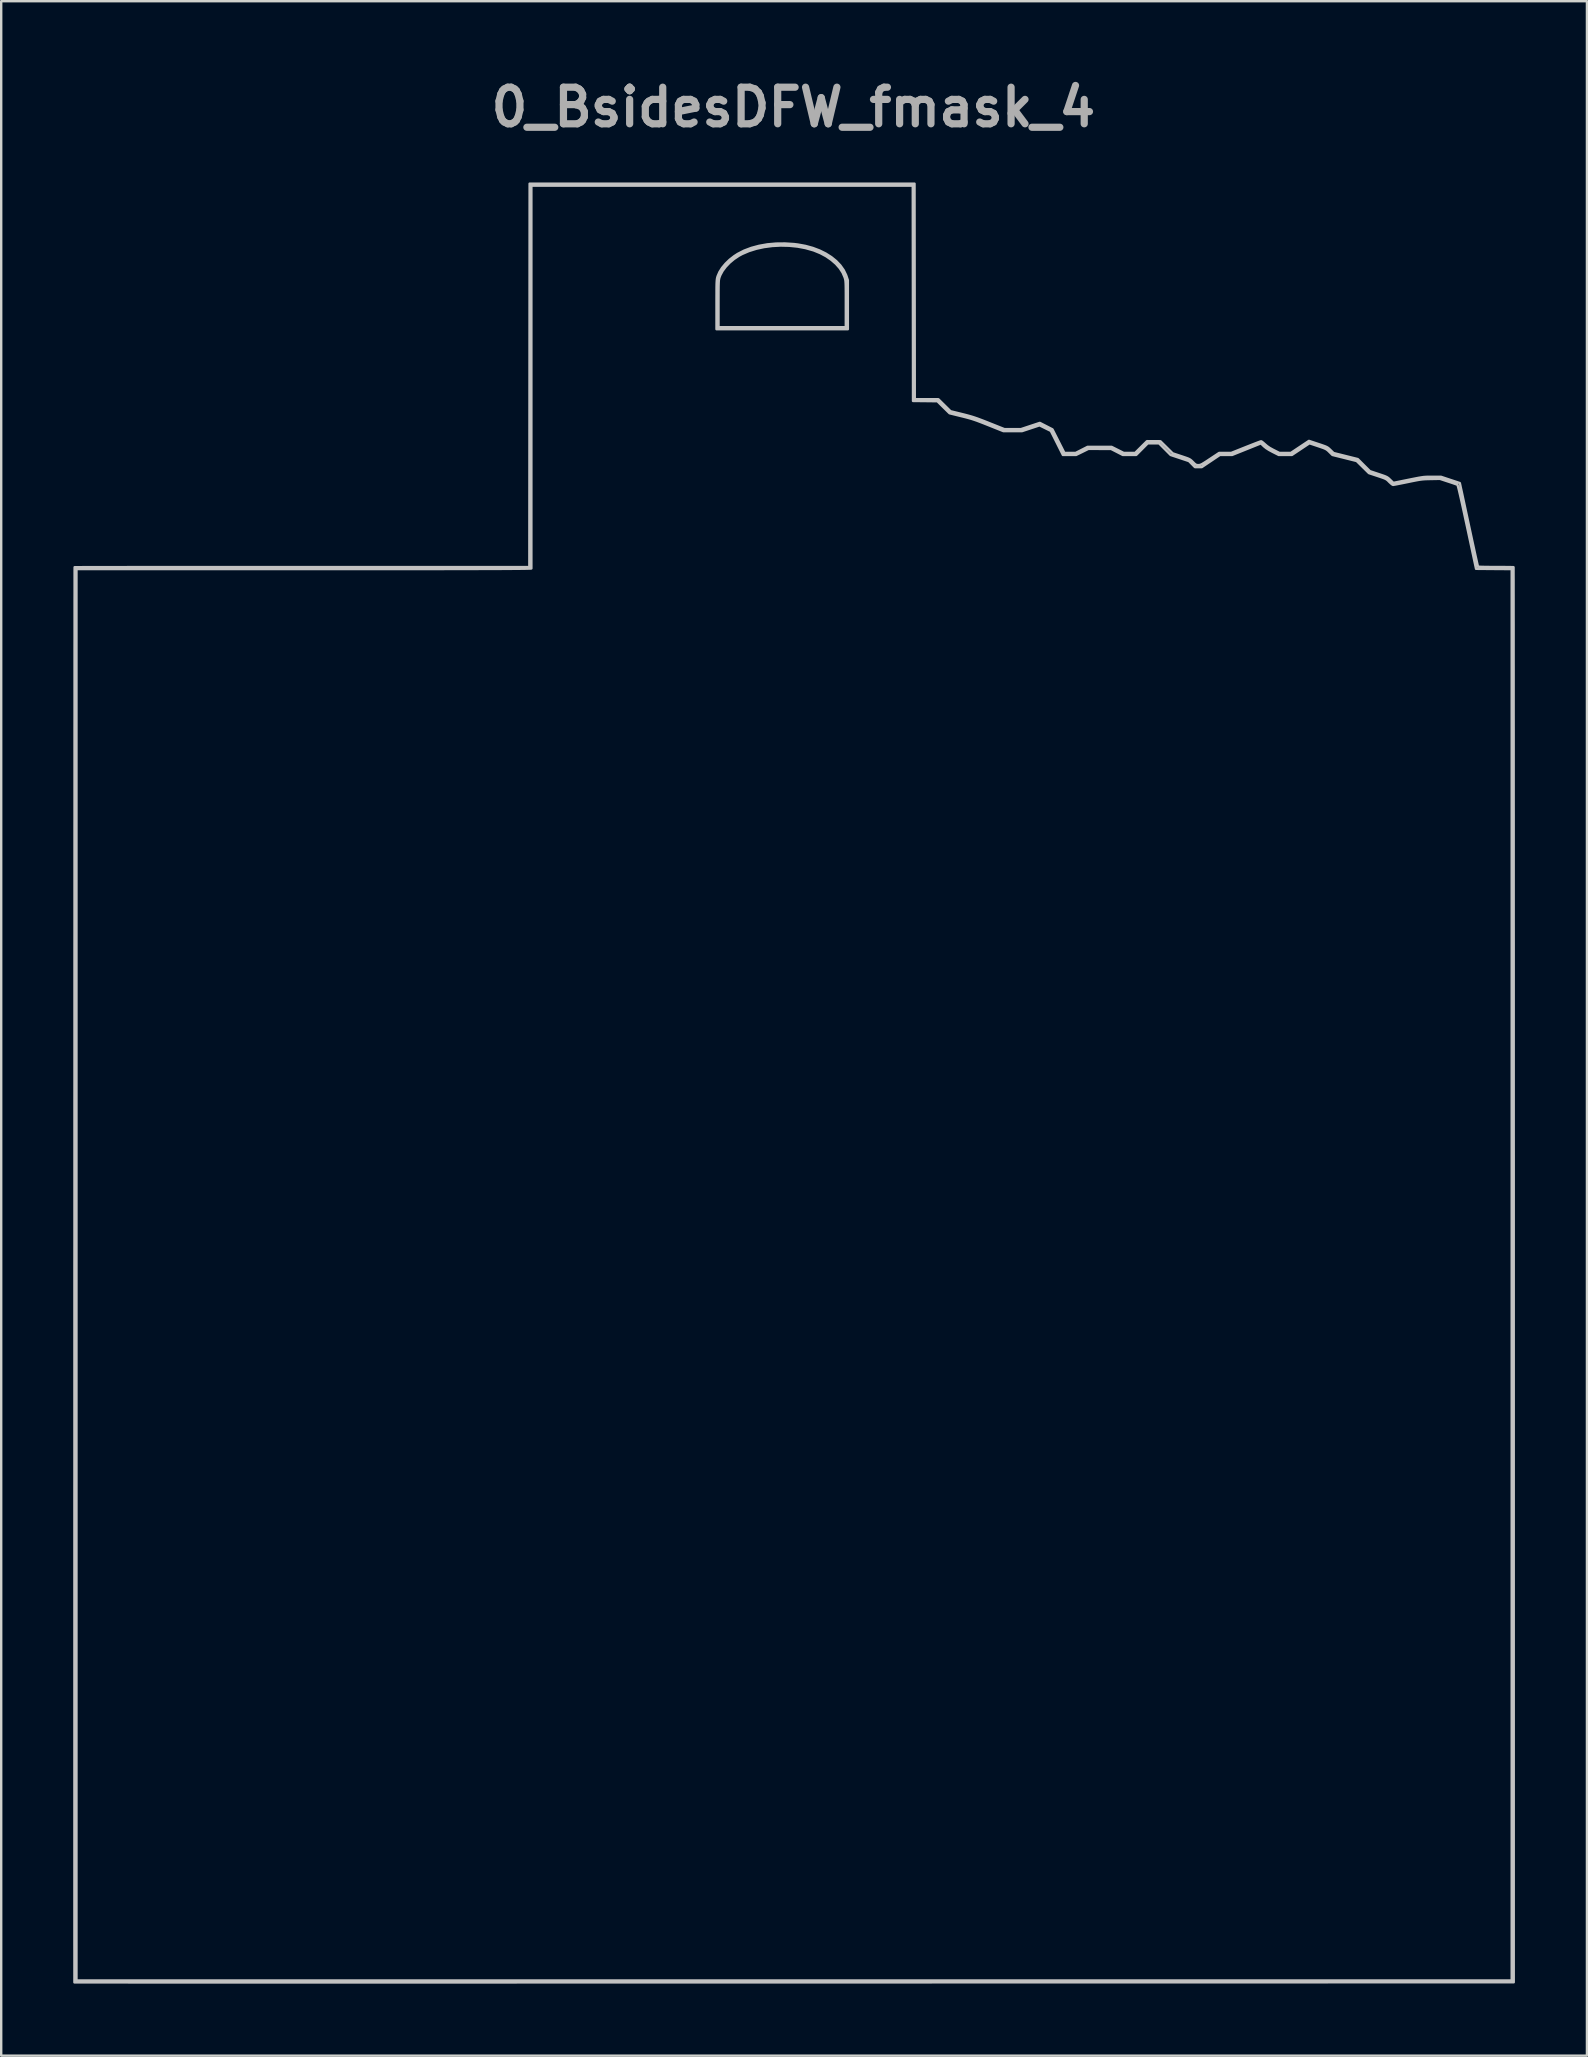
<source format=kicad_pcb>
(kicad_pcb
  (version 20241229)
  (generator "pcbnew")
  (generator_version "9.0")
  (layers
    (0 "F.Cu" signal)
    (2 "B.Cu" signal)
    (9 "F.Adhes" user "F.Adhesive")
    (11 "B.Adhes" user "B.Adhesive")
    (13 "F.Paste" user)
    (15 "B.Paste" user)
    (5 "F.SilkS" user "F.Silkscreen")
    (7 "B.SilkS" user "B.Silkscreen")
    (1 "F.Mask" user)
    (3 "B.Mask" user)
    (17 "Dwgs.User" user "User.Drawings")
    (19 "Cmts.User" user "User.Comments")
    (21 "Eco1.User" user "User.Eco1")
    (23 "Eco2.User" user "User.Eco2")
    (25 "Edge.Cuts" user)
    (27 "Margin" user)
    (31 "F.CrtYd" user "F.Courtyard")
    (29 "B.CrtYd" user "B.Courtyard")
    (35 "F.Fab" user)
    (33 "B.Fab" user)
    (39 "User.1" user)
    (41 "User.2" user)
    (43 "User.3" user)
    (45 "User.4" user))
  (footprint "0_BsidesDFW_fmask_4"
    (layer "F.Cu")
    (at 30.037 42.068)
    (property "Reference" "0_BsidesDFW_fmask_4" (at -0.03 -40.65 0) (layer "F.Fab") (effects (font (size 1.524 1.524) (thickness 0.3))))
    (attr board_only exclude_from_pos_files exclude_from_bom)
    (fp_poly (pts (xy 15.895 -19.924) (xy 15.971 -19.909) (xy 16.046 -19.881) (xy 16.083 -19.862) (xy 16.213 -19.779) (xy 16.327 -19.671) (xy 16.417 -19.547) (xy 16.476 -19.417) (xy 16.49 -19.362) (xy 16.503 -19.293) (xy 16.303 -19.293) (xy 16.136 -19.284) (xy 16.002 -19.255) (xy 15.895 -19.205) (xy 15.808 -19.132) (xy 15.797 -19.12) (xy 15.715 -19.009) (xy 15.661 -18.894) (xy 15.631 -18.764) (xy 15.621 -18.654) (xy 15.615 -18.565) (xy 15.609 -18.51) (xy 15.599 -18.482) (xy 15.583 -18.471) (xy 15.564 -18.469) (xy 15.521 -18.48) (xy 15.46 -18.509) (xy 15.419 -18.534) (xy 15.28 -18.65) (xy 15.174 -18.787) (xy 15.104 -18.941) (xy 15.071 -19.106) (xy 15.075 -19.277) (xy 15.119 -19.449) (xy 15.144 -19.506) (xy 15.222 -19.642) (xy 15.317 -19.747) (xy 15.44 -19.833) (xy 15.498 -19.864) (xy 15.578 -19.901) (xy 15.643 -19.921) (xy 15.714 -19.929) (xy 15.797 -19.929)) (stroke (width 0) (type solid)) (fill yes) (layer "F.Mask"))
    (fp_poly (pts (xy -23.713 -16.896) (xy -23.445 -16.891) (xy -23.216 -16.887) (xy -23.022 -16.882) (xy -22.859 -16.876) (xy -22.724 -16.869) (xy -22.612 -16.861) (xy -22.521 -16.852) (xy -22.446 -16.842) (xy -22.383 -16.829) (xy -22.33 -16.814) (xy -22.292 -16.801) (xy -22.2 -16.76) (xy -22.133 -16.708) (xy -22.076 -16.635) (xy -22.037 -16.567) (xy -22.001 -16.461) (xy -21.986 -16.331) (xy -21.991 -16.19) (xy -22.015 -16.05) (xy -22.058 -15.923) (xy -22.096 -15.851) (xy -22.129 -15.8) (xy -23.03 -15.809) (xy -23.93 -15.817) (xy -23.971 -15.609) (xy -24.011 -15.402) (xy -24.225 -15.409) (xy -24.344 -15.412) (xy -24.483 -15.416) (xy -24.618 -15.42) (xy -24.674 -15.421) (xy -24.909 -15.427) (xy -24.881 -15.58) (xy -24.856 -15.715) (xy -24.829 -15.864) (xy -24.8 -16.021) (xy -24.771 -16.18) (xy -24.742 -16.336) (xy -24.716 -16.481) (xy -24.692 -16.611) (xy -24.672 -16.718) (xy -24.657 -16.798) (xy -24.648 -16.844) (xy -24.647 -16.85) (xy -24.635 -16.91)) (stroke (width 0) (type solid)) (fill yes) (layer "F.Mask"))
    (fp_poly (pts (xy 5.636 -22.364) (xy 5.661 -22.351) (xy 5.69 -22.321) (xy 5.727 -22.271) (xy 5.778 -22.195) (xy 5.837 -22.103) (xy 5.897 -22.008) (xy 5.949 -21.924) (xy 5.988 -21.859) (xy 6.012 -21.819) (xy 6.016 -21.812) (xy 6.013 -21.785) (xy 5.998 -21.724) (xy 5.973 -21.633) (xy 5.94 -21.517) (xy 5.9 -21.383) (xy 5.854 -21.234) (xy 5.84 -21.192) (xy 5.653 -20.599) (xy 4.624 -20.614) (xy 3.595 -20.628) (xy 3.573 -20.547) (xy 3.563 -20.493) (xy 3.55 -20.41) (xy 3.538 -20.308) (xy 3.528 -20.212) (xy 3.519 -20.115) (xy 3.51 -20.034) (xy 3.504 -19.98) (xy 3.501 -19.959) (xy 3.501 -19.959) (xy 3.48 -19.961) (xy 3.426 -19.966) (xy 3.349 -19.973) (xy 3.305 -19.978) (xy 3.112 -19.997) (xy 3.098 -20.358) (xy 3.09 -20.58) (xy 3.085 -20.773) (xy 3.084 -20.933) (xy 3.086 -21.057) (xy 3.091 -21.144) (xy 3.097 -21.182) (xy 3.111 -21.237) (xy 5.191 -21.237) (xy 5.371 -21.802) (xy 5.424 -21.968) (xy 5.465 -22.097) (xy 5.498 -22.195) (xy 5.524 -22.266) (xy 5.544 -22.314) (xy 5.56 -22.344) (xy 5.575 -22.36) (xy 5.591 -22.366) (xy 5.608 -22.368) (xy 5.61 -22.368)) (stroke (width 0) (type solid)) (fill yes) (layer "F.Mask"))
    (fp_poly (pts (xy 7.801 -22.386) (xy 7.828 -22.355) (xy 7.874 -22.296) (xy 7.931 -22.216) (xy 7.995 -22.123) (xy 8.02 -22.086) (xy 8.195 -21.825) (xy 8.143 -21.663) (xy 8.113 -21.565) (xy 8.079 -21.448) (xy 8.046 -21.332) (xy 8.038 -21.3) (xy 8.013 -21.204) (xy 7.999 -21.132) (xy 7.994 -21.07) (xy 7.998 -21.002) (xy 8.009 -20.915) (xy 8.025 -20.812) (xy 8.048 -20.688) (xy 8.075 -20.562) (xy 8.091 -20.496) (xy 8.148 -20.263) (xy 8.089 -20.017) (xy 8.065 -19.921) (xy 8.045 -19.842) (xy 8.031 -19.788) (xy 8.024 -19.767) (xy 8.024 -19.767) (xy 8.003 -19.759) (xy 7.973 -19.749) (xy 7.942 -19.745) (xy 7.925 -19.764) (xy 7.913 -19.815) (xy 7.905 -19.857) (xy 7.889 -19.934) (xy 7.865 -20.039) (xy 7.837 -20.165) (xy 7.804 -20.308) (xy 7.773 -20.445) (xy 7.734 -20.612) (xy 7.694 -20.785) (xy 7.654 -20.954) (xy 7.619 -21.108) (xy 7.589 -21.237) (xy 7.574 -21.3) (xy 7.549 -21.413) (xy 7.527 -21.514) (xy 7.512 -21.596) (xy 7.503 -21.649) (xy 7.502 -21.66) (xy 7.507 -21.697) (xy 7.521 -21.767) (xy 7.542 -21.858) (xy 7.567 -21.963) (xy 7.594 -22.072) (xy 7.62 -22.175) (xy 7.645 -22.264) (xy 7.665 -22.329) (xy 7.671 -22.347) (xy 7.705 -22.4) (xy 7.75 -22.413)) (stroke (width 0) (type solid)) (fill yes) (layer "F.Mask"))
    (fp_poly (pts (xy 10.34 -22.435) (xy 10.359 -22.417) (xy 10.388 -22.381) (xy 10.431 -22.324) (xy 10.491 -22.24) (xy 10.547 -22.163) (xy 10.627 -22.049) (xy 10.683 -21.963) (xy 10.717 -21.899) (xy 10.733 -21.854) (xy 10.734 -21.839) (xy 10.73 -21.799) (xy 10.721 -21.725) (xy 10.706 -21.625) (xy 10.687 -21.505) (xy 10.665 -21.374) (xy 10.661 -21.355) (xy 10.589 -20.934) (xy 10.674 -20.657) (xy 10.707 -20.542) (xy 10.736 -20.428) (xy 10.759 -20.327) (xy 10.77 -20.253) (xy 10.771 -20.249) (xy 10.773 -20.179) (xy 10.768 -20.097) (xy 10.759 -20.014) (xy 10.747 -19.941) (xy 10.733 -19.888) (xy 10.718 -19.865) (xy 10.716 -19.865) (xy 10.688 -19.873) (xy 10.658 -19.884) (xy 10.636 -19.9) (xy 10.616 -19.933) (xy 10.595 -19.99) (xy 10.571 -20.078) (xy 10.556 -20.138) (xy 10.531 -20.232) (xy 10.495 -20.354) (xy 10.452 -20.496) (xy 10.403 -20.647) (xy 10.353 -20.796) (xy 10.345 -20.821) (xy 10.297 -20.963) (xy 10.252 -21.101) (xy 10.211 -21.228) (xy 10.179 -21.335) (xy 10.157 -21.414) (xy 10.153 -21.429) (xy 10.138 -21.497) (xy 10.129 -21.55) (xy 10.127 -21.601) (xy 10.131 -21.661) (xy 10.142 -21.739) (xy 10.16 -21.846) (xy 10.163 -21.863) (xy 10.183 -21.981) (xy 10.203 -22.1) (xy 10.22 -22.204) (xy 10.232 -22.277) (xy 10.247 -22.358) (xy 10.264 -22.406) (xy 10.286 -22.429) (xy 10.295 -22.432) (xy 10.312 -22.438) (xy 10.325 -22.441)) (stroke (width 0) (type solid)) (fill yes) (layer "F.Mask"))
    (fp_poly (pts (xy -25.066 -13.377) (xy -24.937 -13.377) (xy -24.785 -13.377) (xy -24.613 -13.377) (xy -24.428 -13.376) (xy -24.338 -13.376) (xy -24.029 -13.375) (xy -23.76 -13.372) (xy -23.528 -13.367) (xy -23.332 -13.36) (xy -23.168 -13.352) (xy -23.034 -13.341) (xy -22.929 -13.328) (xy -22.849 -13.312) (xy -22.819 -13.304) (xy -22.659 -13.242) (xy -22.519 -13.164) (xy -22.404 -13.073) (xy -22.319 -12.975) (xy -22.269 -12.872) (xy -22.26 -12.835) (xy -22.254 -12.709) (xy -22.265 -12.573) (xy -22.293 -12.447) (xy -22.314 -12.39) (xy -22.356 -12.295) (xy -23.376 -12.309) (xy -23.584 -12.311) (xy -23.782 -12.312) (xy -23.965 -12.313) (xy -24.129 -12.313) (xy -24.27 -12.312) (xy -24.382 -12.31) (xy -24.461 -12.308) (xy -24.502 -12.305) (xy -24.608 -12.288) (xy -24.632 -12.182) (xy -24.649 -12.105) (xy -24.667 -12.009) (xy -24.682 -11.921) (xy -24.707 -11.766) (xy -25.027 -11.774) (xy -25.151 -11.777) (xy -25.27 -11.78) (xy -25.374 -11.783) (xy -25.451 -11.786) (xy -25.469 -11.787) (xy -25.538 -11.793) (xy -25.575 -11.803) (xy -25.589 -11.821) (xy -25.59 -11.835) (xy -25.586 -11.866) (xy -25.575 -11.932) (xy -25.557 -12.029) (xy -25.534 -12.151) (xy -25.507 -12.293) (xy -25.476 -12.448) (xy -25.465 -12.505) (xy -25.433 -12.669) (xy -25.403 -12.825) (xy -25.376 -12.967) (xy -25.353 -13.089) (xy -25.337 -13.184) (xy -25.327 -13.245) (xy -25.325 -13.255) (xy -25.315 -13.324) (xy -25.302 -13.361) (xy -25.281 -13.375) (xy -25.265 -13.377) (xy -25.235 -13.377) (xy -25.167 -13.377)) (stroke (width 0) (type solid)) (fill yes) (layer "F.Mask"))
    (fp_poly (pts (xy 20.52 -5.571) (xy 20.585 -5.534) (xy 20.63 -5.497) (xy 20.724 -5.42) (xy 20.846 -5.334) (xy 20.983 -5.247) (xy 21.126 -5.165) (xy 21.262 -5.095) (xy 21.272 -5.091) (xy 21.341 -5.061) (xy 21.43 -5.027) (xy 21.542 -4.988) (xy 21.679 -4.942) (xy 21.844 -4.89) (xy 22.038 -4.83) (xy 22.265 -4.762) (xy 22.527 -4.684) (xy 22.826 -4.597) (xy 23.002 -4.546) (xy 23.26 -4.471) (xy 23.481 -4.405) (xy 23.668 -4.348) (xy 23.824 -4.298) (xy 23.953 -4.253) (xy 24.057 -4.212) (xy 24.141 -4.174) (xy 24.208 -4.137) (xy 24.26 -4.101) (xy 24.302 -4.063) (xy 24.336 -4.023) (xy 24.354 -3.999) (xy 24.392 -3.923) (xy 24.405 -3.84) (xy 24.392 -3.741) (xy 24.363 -3.639) (xy 24.323 -3.544) (xy 24.27 -3.47) (xy 24.222 -3.423) (xy 24.17 -3.379) (xy 24.13 -3.349) (xy 24.113 -3.341) (xy 24.088 -3.347) (xy 24.033 -3.361) (xy 23.956 -3.381) (xy 23.921 -3.39) (xy 23.841 -3.412) (xy 23.732 -3.444) (xy 23.603 -3.481) (xy 23.465 -3.522) (xy 23.35 -3.556) (xy 23.214 -3.597) (xy 23.077 -3.637) (xy 22.95 -3.673) (xy 22.845 -3.702) (xy 22.78 -3.719) (xy 22.405 -3.826) (xy 22.065 -3.956) (xy 21.755 -4.111) (xy 21.471 -4.293) (xy 21.211 -4.504) (xy 20.97 -4.746) (xy 20.746 -5.023) (xy 20.669 -5.13) (xy 20.585 -5.254) (xy 20.522 -5.348) (xy 20.479 -5.417) (xy 20.452 -5.467) (xy 20.439 -5.503) (xy 20.437 -5.53) (xy 20.441 -5.546) (xy 20.47 -5.575)) (stroke (width 0) (type solid)) (fill yes) (layer "F.Mask"))
    (fp_poly (pts (xy 9.33 -19.583) (xy 9.356 -19.562) (xy 9.375 -19.519) (xy 9.39 -19.446) (xy 9.402 -19.367) (xy 9.416 -19.279) (xy 9.44 -19.163) (xy 9.47 -19.031) (xy 9.504 -18.896) (xy 9.522 -18.832) (xy 9.618 -18.487) (xy 9.49 -18.06) (xy 9.406 -17.779) (xy 9.335 -17.534) (xy 9.275 -17.321) (xy 9.227 -17.139) (xy 9.189 -16.982) (xy 9.161 -16.847) (xy 9.142 -16.731) (xy 9.133 -16.63) (xy 9.131 -16.54) (xy 9.136 -16.459) (xy 9.149 -16.381) (xy 9.167 -16.305) (xy 9.177 -16.271) (xy 9.205 -16.171) (xy 9.228 -16.069) (xy 9.244 -15.984) (xy 9.246 -15.97) (xy 9.26 -15.849) (xy 7.469 -15.849) (xy 7.332 -16.011) (xy 7.215 -16.151) (xy 7.125 -16.261) (xy 7.06 -16.344) (xy 7.018 -16.4) (xy 6.997 -16.433) (xy 6.995 -16.442) (xy 7.015 -16.446) (xy 7.075 -16.451) (xy 7.172 -16.454) (xy 7.303 -16.457) (xy 7.464 -16.459) (xy 7.654 -16.461) (xy 7.87 -16.461) (xy 7.906 -16.461) (xy 8.818 -16.461) (xy 8.807 -16.583) (xy 8.794 -16.658) (xy 8.771 -16.756) (xy 8.74 -16.86) (xy 8.725 -16.905) (xy 8.695 -16.997) (xy 8.674 -17.083) (xy 8.662 -17.169) (xy 8.66 -17.259) (xy 8.668 -17.358) (xy 8.688 -17.472) (xy 8.72 -17.605) (xy 8.764 -17.763) (xy 8.821 -17.95) (xy 8.892 -18.172) (xy 8.895 -18.183) (xy 8.958 -18.381) (xy 9.019 -18.58) (xy 9.076 -18.774) (xy 9.127 -18.957) (xy 9.172 -19.126) (xy 9.208 -19.273) (xy 9.235 -19.395) (xy 9.251 -19.487) (xy 9.256 -19.534) (xy 9.266 -19.578) (xy 9.293 -19.589)) (stroke (width 0) (type solid)) (fill yes) (layer "F.Mask"))
    (fp_poly (pts (xy -18.567 -7.613) (xy -18.543 -7.6) (xy -18.511 -7.566) (xy -18.468 -7.507) (xy -18.411 -7.419) (xy -18.337 -7.298) (xy -18.316 -7.262) (xy -18.206 -7.078) (xy -18.118 -6.924) (xy -18.047 -6.795) (xy -17.993 -6.685) (xy -17.952 -6.59) (xy -17.924 -6.503) (xy -17.906 -6.42) (xy -17.897 -6.335) (xy -17.893 -6.242) (xy -17.893 -6.139) (xy -17.911 -5.881) (xy -17.961 -5.651) (xy -18.044 -5.446) (xy -18.159 -5.264) (xy -18.306 -5.105) (xy -18.492 -4.954) (xy -18.681 -4.841) (xy -18.88 -4.763) (xy -19.097 -4.717) (xy -19.282 -4.701) (xy -19.405 -4.698) (xy -19.502 -4.702) (xy -19.587 -4.714) (xy -19.671 -4.734) (xy -19.826 -4.784) (xy -19.97 -4.851) (xy -20.106 -4.937) (xy -20.238 -5.047) (xy -20.371 -5.184) (xy -20.507 -5.35) (xy -20.651 -5.55) (xy -20.783 -5.751) (xy -20.85 -5.857) (xy -20.897 -5.932) (xy -20.926 -5.984) (xy -20.939 -6.017) (xy -20.939 -6.036) (xy -20.929 -6.049) (xy -20.916 -6.057) (xy -20.887 -6.067) (xy -20.854 -6.062) (xy -20.807 -6.039) (xy -20.741 -5.998) (xy -20.616 -5.92) (xy -20.505 -5.866) (xy -20.394 -5.827) (xy -20.274 -5.8) (xy -20.036 -5.773) (xy -19.809 -5.786) (xy -19.588 -5.839) (xy -19.426 -5.905) (xy -19.276 -5.983) (xy -19.15 -6.065) (xy -19.032 -6.163) (xy -18.95 -6.241) (xy -18.846 -6.357) (xy -18.764 -6.478) (xy -18.695 -6.618) (xy -18.646 -6.746) (xy -18.608 -6.888) (xy -18.585 -7.05) (xy -18.577 -7.218) (xy -18.585 -7.374) (xy -18.601 -7.475) (xy -18.616 -7.544) (xy -18.624 -7.594) (xy -18.624 -7.614) (xy -18.599 -7.617)) (stroke (width 0) (type solid)) (fill yes) (layer "F.Mask"))
    (fp_poly (pts (xy -12.151 -5.714) (xy -12.103 -5.678) (xy -12.04 -5.627) (xy -11.989 -5.584) (xy -11.788 -5.421) (xy -11.593 -5.286) (xy -11.387 -5.168) (xy -11.189 -5.072) (xy -10.95 -4.968) (xy -10.733 -4.883) (xy -10.525 -4.813) (xy -10.313 -4.753) (xy -10.104 -4.703) (xy -9.988 -4.676) (xy -9.882 -4.651) (xy -9.781 -4.625) (xy -9.678 -4.597) (xy -9.568 -4.565) (xy -9.444 -4.527) (xy -9.301 -4.481) (xy -9.132 -4.425) (xy -8.931 -4.359) (xy -8.852 -4.332) (xy -8.708 -4.283) (xy -8.572 -4.235) (xy -8.453 -4.191) (xy -8.356 -4.153) (xy -8.287 -4.124) (xy -8.257 -4.108) (xy -8.178 -4.035) (xy -8.132 -3.94) (xy -8.12 -3.821) (xy -8.123 -3.777) (xy -8.137 -3.693) (xy -8.16 -3.612) (xy -8.176 -3.576) (xy -8.226 -3.497) (xy -8.288 -3.426) (xy -8.352 -3.372) (xy -8.41 -3.343) (xy -8.43 -3.34) (xy -8.468 -3.346) (xy -8.539 -3.362) (xy -8.634 -3.386) (xy -8.744 -3.415) (xy -8.812 -3.433) (xy -9.12 -3.519) (xy -9.39 -3.597) (xy -9.627 -3.666) (xy -9.833 -3.728) (xy -10.012 -3.785) (xy -10.168 -3.838) (xy -10.305 -3.887) (xy -10.425 -3.935) (xy -10.533 -3.981) (xy -10.631 -4.028) (xy -10.669 -4.047) (xy -10.825 -4.132) (xy -10.969 -4.223) (xy -11.107 -4.324) (xy -11.243 -4.44) (xy -11.381 -4.574) (xy -11.525 -4.731) (xy -11.681 -4.914) (xy -11.852 -5.129) (xy -11.906 -5.198) (xy -12.001 -5.322) (xy -12.073 -5.418) (xy -12.124 -5.49) (xy -12.159 -5.545) (xy -12.18 -5.586) (xy -12.19 -5.619) (xy -12.192 -5.647) (xy -12.188 -5.698) (xy -12.177 -5.725) (xy -12.174 -5.727)) (stroke (width 0) (type solid)) (fill yes) (layer "F.Mask"))
    (fp_poly (pts (xy -10.04 -13.017) (xy -10.02 -13.014) (xy -9.999 -13.001) (xy -9.974 -12.975) (xy -9.941 -12.931) (xy -9.898 -12.865) (xy -9.841 -12.772) (xy -9.768 -12.649) (xy -9.739 -12.6) (xy -9.665 -12.474) (xy -9.597 -12.357) (xy -9.537 -12.253) (xy -9.49 -12.169) (xy -9.459 -12.112) (xy -9.451 -12.098) (xy -9.395 -11.945) (xy -9.362 -11.766) (xy -9.351 -11.57) (xy -9.362 -11.367) (xy -9.394 -11.165) (xy -9.448 -10.975) (xy -9.504 -10.843) (xy -9.555 -10.76) (xy -9.632 -10.663) (xy -9.727 -10.56) (xy -9.829 -10.46) (xy -9.931 -10.373) (xy -10.024 -10.307) (xy -10.043 -10.296) (xy -10.263 -10.194) (xy -10.496 -10.129) (xy -10.734 -10.1) (xy -10.904 -10.103) (xy -10.998 -10.114) (xy -11.089 -10.128) (xy -11.157 -10.143) (xy -11.283 -10.188) (xy -11.421 -10.255) (xy -11.557 -10.335) (xy -11.678 -10.422) (xy -11.771 -10.508) (xy -11.776 -10.513) (xy -11.849 -10.599) (xy -11.928 -10.7) (xy -12.011 -10.811) (xy -12.095 -10.928) (xy -12.174 -11.045) (xy -12.247 -11.156) (xy -12.31 -11.257) (xy -12.359 -11.343) (xy -12.392 -11.408) (xy -12.403 -11.448) (xy -12.4 -11.456) (xy -12.375 -11.468) (xy -12.348 -11.47) (xy -12.311 -11.459) (xy -12.256 -11.432) (xy -12.176 -11.386) (xy -12.13 -11.359) (xy -11.965 -11.273) (xy -11.807 -11.217) (xy -11.641 -11.187) (xy -11.463 -11.179) (xy -11.229 -11.199) (xy -11.001 -11.26) (xy -10.783 -11.358) (xy -10.58 -11.491) (xy -10.397 -11.656) (xy -10.39 -11.665) (xy -10.258 -11.837) (xy -10.154 -12.034) (xy -10.082 -12.248) (xy -10.042 -12.47) (xy -10.037 -12.693) (xy -10.067 -12.895) (xy -10.095 -13.017)) (stroke (width 0) (type solid)) (fill yes) (layer "F.Mask"))
    (fp_poly (pts (xy 4.013 -8.101) (xy 4.297 -8.097) (xy 4.54 -8.091) (xy 4.747 -8.084) (xy 4.918 -8.076) (xy 5.057 -8.067) (xy 5.166 -8.056) (xy 5.247 -8.043) (xy 5.256 -8.041) (xy 5.544 -7.961) (xy 5.806 -7.85) (xy 6.04 -7.709) (xy 6.245 -7.54) (xy 6.42 -7.342) (xy 6.563 -7.118) (xy 6.582 -7.081) (xy 6.62 -6.998) (xy 6.655 -6.908) (xy 6.682 -6.826) (xy 6.697 -6.764) (xy 6.698 -6.748) (xy 6.682 -6.717) (xy 6.637 -6.71) (xy 6.566 -6.728) (xy 6.49 -6.761) (xy 6.325 -6.833) (xy 6.131 -6.901) (xy 5.921 -6.96) (xy 5.843 -6.978) (xy 5.783 -6.99) (xy 5.721 -7) (xy 5.65 -7.008) (xy 5.565 -7.015) (xy 5.461 -7.02) (xy 5.332 -7.024) (xy 5.172 -7.027) (xy 4.976 -7.031) (xy 4.955 -7.031) (xy 4.257 -7.041) (xy 4.197 -6.717) (xy 4.18 -6.619) (xy 4.156 -6.488) (xy 4.127 -6.329) (xy 4.095 -6.15) (xy 4.061 -5.959) (xy 4.025 -5.762) (xy 3.994 -5.589) (xy 3.925 -5.206) (xy 3.862 -4.864) (xy 3.806 -4.561) (xy 3.756 -4.296) (xy 3.712 -4.069) (xy 3.675 -3.879) (xy 3.642 -3.723) (xy 3.615 -3.602) (xy 3.594 -3.515) (xy 3.577 -3.459) (xy 3.565 -3.435) (xy 3.563 -3.434) (xy 3.535 -3.431) (xy 3.473 -3.427) (xy 3.381 -3.423) (xy 3.267 -3.418) (xy 3.137 -3.414) (xy 3.103 -3.413) (xy 2.956 -3.408) (xy 2.847 -3.406) (xy 2.77 -3.405) (xy 2.719 -3.407) (xy 2.689 -3.412) (xy 2.676 -3.42) (xy 2.673 -3.431) (xy 2.674 -3.437) (xy 2.681 -3.472) (xy 2.694 -3.539) (xy 2.711 -3.63) (xy 2.731 -3.736) (xy 2.738 -3.772) (xy 2.76 -3.889) (xy 2.788 -4.034) (xy 2.82 -4.196) (xy 2.854 -4.361) (xy 2.885 -4.512) (xy 2.917 -4.669) (xy 2.954 -4.854) (xy 2.993 -5.052) (xy 3.032 -5.251) (xy 3.067 -5.436) (xy 3.075 -5.484) (xy 3.107 -5.652) (xy 3.14 -5.83) (xy 3.172 -6.005) (xy 3.202 -6.167) (xy 3.228 -6.303) (xy 3.236 -6.35) (xy 3.262 -6.489) (xy 3.292 -6.655) (xy 3.324 -6.829) (xy 3.354 -6.998) (xy 3.37 -7.09) (xy 3.397 -7.243) (xy 3.427 -7.41) (xy 3.457 -7.574) (xy 3.484 -7.72) (xy 3.499 -7.799) (xy 3.557 -8.107)) (stroke (width 0) (type solid)) (fill yes) (layer "F.Mask"))
    (fp_poly (pts (xy 19.22 -10.55) (xy 19.239 -10.527) (xy 19.275 -10.472) (xy 19.325 -10.389) (xy 19.386 -10.285) (xy 19.456 -10.163) (xy 19.531 -10.029) (xy 19.539 -10.015) (xy 19.824 -9.499) (xy 19.8 -9.34) (xy 19.789 -9.277) (xy 19.771 -9.176) (xy 19.747 -9.041) (xy 19.718 -8.876) (xy 19.683 -8.685) (xy 19.643 -8.471) (xy 19.6 -8.238) (xy 19.554 -7.99) (xy 19.506 -7.731) (xy 19.473 -7.554) (xy 19.453 -7.444) (xy 19.433 -7.341) (xy 19.418 -7.257) (xy 19.408 -7.203) (xy 19.408 -7.2) (xy 19.394 -7.119) (xy 16.872 -7.122) (xy 16.549 -7.123) (xy 16.237 -7.123) (xy 15.94 -7.122) (xy 15.66 -7.122) (xy 15.4 -7.122) (xy 15.161 -7.121) (xy 14.947 -7.12) (xy 14.761 -7.119) (xy 14.605 -7.118) (xy 14.481 -7.117) (xy 14.393 -7.115) (xy 14.342 -7.114) (xy 14.331 -7.113) (xy 14.316 -7.086) (xy 14.302 -7.033) (xy 14.296 -7.004) (xy 14.282 -6.907) (xy 14.112 -6.914) (xy 14.019 -6.917) (xy 13.9 -6.921) (xy 13.774 -6.924) (xy 13.682 -6.926) (xy 13.567 -6.93) (xy 13.489 -6.936) (xy 13.44 -6.944) (xy 13.416 -6.955) (xy 13.411 -6.963) (xy 13.412 -6.99) (xy 13.42 -7.053) (xy 13.433 -7.144) (xy 13.452 -7.256) (xy 13.474 -7.385) (xy 13.498 -7.521) (xy 13.524 -7.66) (xy 13.549 -7.795) (xy 13.573 -7.919) (xy 13.595 -8.026) (xy 13.613 -8.109) (xy 13.626 -8.161) (xy 13.63 -8.173) (xy 13.65 -8.22) (xy 16.164 -8.22) (xy 16.543 -8.22) (xy 16.882 -8.22) (xy 17.183 -8.22) (xy 17.449 -8.221) (xy 17.682 -8.221) (xy 17.883 -8.222) (xy 18.055 -8.223) (xy 18.201 -8.224) (xy 18.323 -8.226) (xy 18.422 -8.228) (xy 18.502 -8.23) (xy 18.564 -8.232) (xy 18.61 -8.235) (xy 18.643 -8.239) (xy 18.665 -8.243) (xy 18.679 -8.247) (xy 18.686 -8.252) (xy 18.688 -8.257) (xy 18.695 -8.288) (xy 18.708 -8.356) (xy 18.727 -8.454) (xy 18.75 -8.576) (xy 18.776 -8.718) (xy 18.805 -8.873) (xy 18.835 -9.037) (xy 18.865 -9.202) (xy 18.894 -9.365) (xy 18.921 -9.519) (xy 18.944 -9.647) (xy 18.982 -9.866) (xy 19.015 -10.047) (xy 19.042 -10.194) (xy 19.064 -10.31) (xy 19.083 -10.399) (xy 19.1 -10.464) (xy 19.114 -10.508) (xy 19.126 -10.536) (xy 19.139 -10.551) (xy 19.147 -10.556) (xy 19.197 -10.557)) (stroke (width 0) (type solid)) (fill yes) (layer "F.Mask"))
    (fp_poly (pts (xy -4.928 -9.817) (xy -4.898 -9.794) (xy -4.859 -9.746) (xy -4.808 -9.67) (xy -4.744 -9.565) (xy -4.663 -9.427) (xy -4.576 -9.276) (xy -4.261 -8.725) (xy -4.288 -8.647) (xy -4.328 -8.545) (xy -4.383 -8.424) (xy -4.455 -8.279) (xy -4.546 -8.106) (xy -4.621 -7.969) (xy -4.718 -7.796) (xy -4.806 -7.644) (xy -4.89 -7.507) (xy -4.975 -7.377) (xy -5.065 -7.247) (xy -5.167 -7.109) (xy -5.285 -6.956) (xy -5.424 -6.781) (xy -5.469 -6.725) (xy -5.53 -6.649) (xy -5.581 -6.587) (xy -5.615 -6.546) (xy -5.629 -6.531) (xy -5.629 -6.531) (xy -5.647 -6.54) (xy -5.698 -6.567) (xy -5.774 -6.607) (xy -5.87 -6.657) (xy -5.981 -6.715) (xy -5.991 -6.721) (xy -6.324 -6.889) (xy -6.629 -7.029) (xy -6.91 -7.143) (xy -7.17 -7.23) (xy -7.413 -7.292) (xy -7.641 -7.33) (xy -7.858 -7.345) (xy -8.068 -7.337) (xy -8.115 -7.333) (xy -8.339 -7.299) (xy -8.524 -7.255) (xy -8.67 -7.199) (xy -8.692 -7.188) (xy -8.737 -7.166) (xy -8.778 -7.153) (xy -8.823 -7.149) (xy -8.878 -7.157) (xy -8.95 -7.176) (xy -9.047 -7.209) (xy -9.175 -7.256) (xy -9.189 -7.262) (xy -9.347 -7.322) (xy -9.469 -7.374) (xy -9.561 -7.421) (xy -9.63 -7.464) (xy -9.678 -7.505) (xy -9.714 -7.545) (xy -9.733 -7.585) (xy -9.74 -7.64) (xy -9.742 -7.701) (xy -9.721 -7.848) (xy -9.664 -7.988) (xy -9.574 -8.118) (xy -9.458 -8.231) (xy -9.32 -8.322) (xy -9.165 -8.385) (xy -9.063 -8.408) (xy -8.838 -8.433) (xy -8.611 -8.435) (xy -8.371 -8.414) (xy -8.11 -8.369) (xy -8.017 -8.349) (xy -7.848 -8.309) (xy -7.708 -8.271) (xy -7.582 -8.231) (xy -7.457 -8.183) (xy -7.32 -8.124) (xy -7.195 -8.067) (xy -7.067 -8.006) (xy -6.956 -7.952) (xy -6.853 -7.9) (xy -6.744 -7.844) (xy -6.62 -7.777) (xy -6.507 -7.716) (xy -6.348 -7.629) (xy -6.261 -7.719) (xy -6.208 -7.779) (xy -6.135 -7.867) (xy -6.049 -7.975) (xy -5.956 -8.096) (xy -5.859 -8.223) (xy -5.766 -8.349) (xy -5.681 -8.467) (xy -5.61 -8.57) (xy -5.608 -8.574) (xy -5.537 -8.685) (xy -5.458 -8.818) (xy -5.374 -8.966) (xy -5.29 -9.121) (xy -5.209 -9.276) (xy -5.135 -9.422) (xy -5.073 -9.552) (xy -5.027 -9.659) (xy -5.009 -9.707) (xy -4.99 -9.76) (xy -4.972 -9.798) (xy -4.952 -9.818)) (stroke (width 0) (type solid)) (fill yes) (layer "F.Mask"))
    (fp_poly (pts (xy 28.069 -9.371) (xy 28.093 -9.329) (xy 28.114 -9.248) (xy 28.134 -9.128) (xy 28.142 -9.078) (xy 28.155 -8.988) (xy 28.165 -8.905) (xy 28.172 -8.821) (xy 28.176 -8.729) (xy 28.178 -8.622) (xy 28.178 -8.492) (xy 28.176 -8.331) (xy 28.175 -8.22) (xy 28.165 -7.639) (xy 27.956 -7.428) (xy 27.881 -7.35) (xy 27.786 -7.247) (xy 27.678 -7.128) (xy 27.563 -7) (xy 27.449 -6.871) (xy 27.393 -6.806) (xy 27.296 -6.694) (xy 27.207 -6.594) (xy 27.131 -6.509) (xy 27.071 -6.443) (xy 27.031 -6.401) (xy 27.016 -6.388) (xy 26.99 -6.398) (xy 26.947 -6.431) (xy 26.921 -6.457) (xy 26.85 -6.521) (xy 26.749 -6.596) (xy 26.626 -6.678) (xy 26.491 -6.761) (xy 26.351 -6.84) (xy 26.257 -6.889) (xy 26.026 -6.993) (xy 25.767 -7.092) (xy 25.494 -7.183) (xy 25.222 -7.259) (xy 24.965 -7.317) (xy 24.925 -7.324) (xy 24.711 -7.35) (xy 24.498 -7.354) (xy 24.293 -7.336) (xy 24.104 -7.298) (xy 23.938 -7.241) (xy 23.802 -7.166) (xy 23.794 -7.16) (xy 23.767 -7.142) (xy 23.742 -7.134) (xy 23.708 -7.136) (xy 23.656 -7.15) (xy 23.576 -7.176) (xy 23.551 -7.185) (xy 23.44 -7.223) (xy 23.313 -7.27) (xy 23.192 -7.315) (xy 23.16 -7.328) (xy 23.001 -7.401) (xy 22.882 -7.482) (xy 22.805 -7.571) (xy 22.767 -7.67) (xy 22.768 -7.782) (xy 22.808 -7.908) (xy 22.886 -8.049) (xy 22.888 -8.053) (xy 22.985 -8.169) (xy 23.113 -8.272) (xy 23.26 -8.353) (xy 23.338 -8.382) (xy 23.423 -8.401) (xy 23.539 -8.416) (xy 23.676 -8.425) (xy 23.825 -8.429) (xy 23.975 -8.427) (xy 24.115 -8.421) (xy 24.236 -8.408) (xy 24.283 -8.4) (xy 24.454 -8.361) (xy 24.648 -8.309) (xy 24.848 -8.249) (xy 25.04 -8.184) (xy 25.176 -8.134) (xy 25.351 -8.059) (xy 25.529 -7.973) (xy 25.702 -7.881) (xy 25.864 -7.786) (xy 26.007 -7.693) (xy 26.124 -7.606) (xy 26.208 -7.529) (xy 26.212 -7.525) (xy 26.25 -7.492) (xy 26.278 -7.481) (xy 26.3 -7.496) (xy 26.348 -7.541) (xy 26.417 -7.611) (xy 26.506 -7.705) (xy 26.611 -7.819) (xy 26.731 -7.951) (xy 26.862 -8.097) (xy 27.001 -8.254) (xy 27.083 -8.347) (xy 27.178 -8.455) (xy 27.283 -8.573) (xy 27.387 -8.687) (xy 27.477 -8.785) (xy 27.483 -8.792) (xy 27.578 -8.894) (xy 27.684 -9.011) (xy 27.786 -9.125) (xy 27.849 -9.197) (xy 27.931 -9.289) (xy 27.992 -9.35) (xy 28.037 -9.378)) (stroke (width 0) (type solid)) (fill yes) (layer "F.Mask"))
    (fp_poly (pts (xy 5.45 -19.967) (xy 5.469 -19.956) (xy 5.492 -19.932) (xy 5.523 -19.892) (xy 5.564 -19.829) (xy 5.619 -19.74) (xy 5.692 -19.621) (xy 5.713 -19.586) (xy 5.875 -19.318) (xy 5.832 -18.888) (xy 5.819 -18.752) (xy 5.806 -18.625) (xy 5.795 -18.515) (xy 5.786 -18.43) (xy 5.781 -18.378) (xy 5.78 -18.374) (xy 5.774 -18.298) (xy 5.77 -18.227) (xy 5.77 -18.221) (xy 5.769 -18.152) (xy 3.545 -18.152) (xy 3.559 -17.851) (xy 3.569 -17.644) (xy 3.577 -17.473) (xy 3.585 -17.331) (xy 3.593 -17.21) (xy 3.601 -17.104) (xy 3.61 -17.006) (xy 3.621 -16.909) (xy 3.633 -16.806) (xy 3.648 -16.694) (xy 3.682 -16.495) (xy 3.727 -16.312) (xy 3.782 -16.152) (xy 3.844 -16.024) (xy 3.849 -16.015) (xy 3.898 -15.91) (xy 3.909 -15.829) (xy 3.909 -15.74) (xy 3.767 -15.747) (xy 3.714 -15.748) (xy 3.624 -15.75) (xy 3.503 -15.752) (xy 3.357 -15.754) (xy 3.191 -15.756) (xy 3.009 -15.758) (xy 2.819 -15.759) (xy 2.779 -15.76) (xy 1.934 -15.766) (xy 1.796 -15.937) (xy 1.693 -16.066) (xy 1.616 -16.166) (xy 1.56 -16.241) (xy 1.524 -16.295) (xy 1.505 -16.331) (xy 1.5 -16.35) (xy 1.504 -16.358) (xy 1.517 -16.365) (xy 1.545 -16.37) (xy 1.589 -16.373) (xy 1.655 -16.375) (xy 1.747 -16.375) (xy 1.867 -16.375) (xy 2.02 -16.372) (xy 2.211 -16.369) (xy 2.298 -16.367) (xy 2.486 -16.364) (xy 2.668 -16.362) (xy 2.837 -16.361) (xy 2.988 -16.361) (xy 3.115 -16.362) (xy 3.212 -16.364) (xy 3.27 -16.367) (xy 3.444 -16.382) (xy 3.444 -16.451) (xy 3.436 -16.502) (xy 3.412 -16.577) (xy 3.379 -16.66) (xy 3.371 -16.678) (xy 3.306 -16.827) (xy 3.252 -16.971) (xy 3.208 -17.116) (xy 3.172 -17.268) (xy 3.145 -17.433) (xy 3.124 -17.619) (xy 3.108 -17.83) (xy 3.097 -18.072) (xy 3.092 -18.265) (xy 3.079 -18.791) (xy 4.133 -18.785) (xy 4.342 -18.785) (xy 4.54 -18.784) (xy 4.721 -18.783) (xy 4.883 -18.783) (xy 5.02 -18.782) (xy 5.128 -18.782) (xy 5.203 -18.783) (xy 5.241 -18.783) (xy 5.244 -18.783) (xy 5.266 -18.786) (xy 5.284 -18.795) (xy 5.298 -18.815) (xy 5.309 -18.852) (xy 5.318 -18.909) (xy 5.326 -18.993) (xy 5.334 -19.109) (xy 5.344 -19.26) (xy 5.346 -19.293) (xy 5.357 -19.48) (xy 5.366 -19.628) (xy 5.374 -19.744) (xy 5.381 -19.829) (xy 5.388 -19.89) (xy 5.396 -19.93) (xy 5.404 -19.954) (xy 5.414 -19.965) (xy 5.426 -19.969) (xy 5.431 -19.969)) (stroke (width 0) (type solid)) (fill yes) (layer "F.Mask"))
    (fp_poly (pts (xy 17.886 -3.212) (xy 17.916 -3.171) (xy 17.927 -3.154) (xy 17.961 -3.096) (xy 18.008 -3.013) (xy 18.063 -2.911) (xy 18.124 -2.796) (xy 18.188 -2.674) (xy 18.251 -2.552) (xy 18.311 -2.435) (xy 18.363 -2.329) (xy 18.405 -2.242) (xy 18.435 -2.178) (xy 18.447 -2.144) (xy 18.448 -2.142) (xy 18.444 -2.112) (xy 18.434 -2.045) (xy 18.418 -1.949) (xy 18.397 -1.829) (xy 18.372 -1.69) (xy 18.345 -1.539) (xy 18.344 -1.532) (xy 18.309 -1.341) (xy 18.269 -1.125) (xy 18.229 -0.9) (xy 18.189 -0.681) (xy 18.153 -0.482) (xy 18.14 -0.412) (xy 18.114 -0.266) (xy 18.09 -0.134) (xy 18.069 -0.022) (xy 18.053 0.065) (xy 18.043 0.121) (xy 18.039 0.14) (xy 18.018 0.141) (xy 17.957 0.141) (xy 17.858 0.142) (xy 17.724 0.143) (xy 17.556 0.144) (xy 17.358 0.145) (xy 17.132 0.146) (xy 16.879 0.147) (xy 16.602 0.149) (xy 16.304 0.15) (xy 15.986 0.151) (xy 15.651 0.153) (xy 15.302 0.154) (xy 14.939 0.156) (xy 14.803 0.156) (xy 14.423 0.158) (xy 14.047 0.16) (xy 13.678 0.161) (xy 13.318 0.163) (xy 12.971 0.165) (xy 12.639 0.167) (xy 12.325 0.169) (xy 12.033 0.171) (xy 11.765 0.173) (xy 11.525 0.175) (xy 11.315 0.177) (xy 11.137 0.179) (xy 10.997 0.18) (xy 10.895 0.182) (xy 10.892 0.182) (xy 10.215 0.195) (xy 9.89 -0.31) (xy 9.782 -0.477) (xy 9.697 -0.613) (xy 9.633 -0.721) (xy 9.589 -0.802) (xy 9.564 -0.861) (xy 9.555 -0.9) (xy 9.561 -0.922) (xy 9.581 -0.93) (xy 9.586 -0.931) (xy 9.645 -0.931) (xy 9.743 -0.932) (xy 9.878 -0.932) (xy 10.046 -0.932) (xy 10.244 -0.932) (xy 10.469 -0.932) (xy 10.719 -0.932) (xy 10.99 -0.931) (xy 11.28 -0.931) (xy 11.585 -0.93) (xy 11.902 -0.929) (xy 12.229 -0.928) (xy 12.562 -0.927) (xy 12.899 -0.926) (xy 13.236 -0.924) (xy 13.571 -0.923) (xy 13.9 -0.922) (xy 14.221 -0.92) (xy 14.53 -0.919) (xy 14.825 -0.917) (xy 14.952 -0.916) (xy 17.385 -0.902) (xy 17.397 -0.974) (xy 17.404 -1.011) (xy 17.418 -1.085) (xy 17.437 -1.189) (xy 17.462 -1.319) (xy 17.49 -1.47) (xy 17.522 -1.635) (xy 17.55 -1.786) (xy 17.585 -1.97) (xy 17.619 -2.151) (xy 17.651 -2.324) (xy 17.68 -2.481) (xy 17.704 -2.614) (xy 17.722 -2.718) (xy 17.731 -2.768) (xy 17.759 -2.932) (xy 17.782 -3.057) (xy 17.802 -3.147) (xy 17.821 -3.204) (xy 17.84 -3.232) (xy 17.862 -3.233)) (stroke (width 0) (type solid)) (fill yes) (layer "F.Mask"))
    (fp_poly (pts (xy 18.009 -6.841) (xy 18.027 -6.821) (xy 18.064 -6.769) (xy 18.117 -6.69) (xy 18.181 -6.589) (xy 18.256 -6.47) (xy 18.336 -6.339) (xy 18.35 -6.316) (xy 18.662 -5.802) (xy 18.503 -4.977) (xy 18.466 -4.786) (xy 18.43 -4.6) (xy 18.397 -4.425) (xy 18.367 -4.266) (xy 18.341 -4.13) (xy 18.322 -4.022) (xy 18.308 -3.95) (xy 18.307 -3.944) (xy 18.278 -3.806) (xy 18.244 -3.706) (xy 18.203 -3.64) (xy 18.152 -3.603) (xy 18.12 -3.593) (xy 18.087 -3.591) (xy 18.015 -3.59) (xy 17.911 -3.589) (xy 17.777 -3.589) (xy 17.619 -3.59) (xy 17.441 -3.591) (xy 17.247 -3.593) (xy 17.043 -3.595) (xy 16.809 -3.598) (xy 16.544 -3.601) (xy 16.255 -3.603) (xy 15.953 -3.606) (xy 15.647 -3.607) (xy 15.346 -3.609) (xy 15.061 -3.61) (xy 14.841 -3.611) (xy 13.655 -3.612) (xy 13.63 -3.465) (xy 13.605 -3.318) (xy 13.517 -3.316) (xy 13.447 -3.314) (xy 13.385 -3.311) (xy 13.376 -3.311) (xy 13.336 -3.31) (xy 13.263 -3.31) (xy 13.167 -3.311) (xy 13.058 -3.313) (xy 13.039 -3.313) (xy 12.933 -3.316) (xy 12.842 -3.321) (xy 12.775 -3.327) (xy 12.74 -3.334) (xy 12.737 -3.335) (xy 12.737 -3.359) (xy 12.744 -3.417) (xy 12.757 -3.505) (xy 12.775 -3.616) (xy 12.796 -3.743) (xy 12.819 -3.88) (xy 12.844 -4.022) (xy 12.869 -4.162) (xy 12.894 -4.294) (xy 12.916 -4.411) (xy 12.936 -4.508) (xy 12.952 -4.577) (xy 12.955 -4.588) (xy 12.975 -4.664) (xy 13.138 -4.679) (xy 13.183 -4.681) (xy 13.266 -4.683) (xy 13.385 -4.685) (xy 13.537 -4.686) (xy 13.719 -4.688) (xy 13.927 -4.689) (xy 14.158 -4.69) (xy 14.409 -4.69) (xy 14.677 -4.691) (xy 14.959 -4.691) (xy 15.251 -4.691) (xy 15.362 -4.69) (xy 15.654 -4.69) (xy 15.935 -4.69) (xy 16.2 -4.69) (xy 16.449 -4.691) (xy 16.676 -4.691) (xy 16.881 -4.692) (xy 17.059 -4.693) (xy 17.208 -4.695) (xy 17.325 -4.696) (xy 17.406 -4.698) (xy 17.45 -4.7) (xy 17.457 -4.701) (xy 17.491 -4.724) (xy 17.522 -4.768) (xy 17.551 -4.836) (xy 17.58 -4.933) (xy 17.61 -5.062) (xy 17.642 -5.228) (xy 17.656 -5.307) (xy 17.682 -5.453) (xy 17.708 -5.599) (xy 17.733 -5.736) (xy 17.755 -5.852) (xy 17.772 -5.938) (xy 17.772 -5.938) (xy 17.791 -6.034) (xy 17.814 -6.157) (xy 17.838 -6.294) (xy 17.862 -6.43) (xy 17.868 -6.466) (xy 17.894 -6.608) (xy 17.917 -6.713) (xy 17.938 -6.784) (xy 17.96 -6.826) (xy 17.983 -6.844)) (stroke (width 0) (type solid)) (fill yes) (layer "F.Mask"))
    (fp_poly (pts (xy -11.133 -16.235) (xy -10.929 -16.221) (xy -10.738 -16.196) (xy -10.548 -16.156) (xy -10.349 -16.1) (xy -10.13 -16.027) (xy -9.985 -15.973) (xy -9.683 -15.841) (xy -9.414 -15.685) (xy -9.203 -15.53) (xy -9.108 -15.448) (xy -9 -15.347) (xy -8.886 -15.234) (xy -8.774 -15.118) (xy -8.674 -15.009) (xy -8.593 -14.914) (xy -8.564 -14.877) (xy -8.522 -14.817) (xy -8.471 -14.739) (xy -8.415 -14.65) (xy -8.358 -14.557) (xy -8.306 -14.469) (xy -8.262 -14.392) (xy -8.232 -14.335) (xy -8.22 -14.306) (xy -8.22 -14.305) (xy -8.236 -14.281) (xy -8.257 -14.267) (xy -8.282 -14.263) (xy -8.313 -14.279) (xy -8.357 -14.32) (xy -8.4 -14.368) (xy -8.585 -14.548) (xy -8.805 -14.706) (xy -9.057 -14.842) (xy -9.339 -14.955) (xy -9.648 -15.044) (xy -9.981 -15.107) (xy -10.338 -15.145) (xy -10.65 -15.156) (xy -10.827 -15.154) (xy -10.986 -15.145) (xy -11.138 -15.127) (xy -11.294 -15.098) (xy -11.468 -15.057) (xy -11.657 -15.005) (xy -11.958 -14.9) (xy -12.262 -14.756) (xy -12.563 -14.576) (xy -12.859 -14.364) (xy -13.142 -14.122) (xy -13.325 -13.944) (xy -13.461 -13.798) (xy -13.573 -13.665) (xy -13.671 -13.53) (xy -13.765 -13.38) (xy -13.809 -13.302) (xy -13.992 -12.938) (xy -14.139 -12.558) (xy -14.247 -12.169) (xy -14.298 -11.897) (xy -14.314 -11.75) (xy -14.32 -11.578) (xy -14.319 -11.393) (xy -14.31 -11.201) (xy -14.295 -11.011) (xy -14.273 -10.832) (xy -14.246 -10.673) (xy -14.213 -10.541) (xy -14.19 -10.473) (xy -14.166 -10.397) (xy -14.17 -10.349) (xy -14.195 -10.331) (xy -14.237 -10.343) (xy -14.292 -10.385) (xy -14.352 -10.455) (xy -14.439 -10.578) (xy -14.518 -10.703) (xy -14.596 -10.842) (xy -14.681 -11.007) (xy -14.697 -11.041) (xy -14.831 -11.348) (xy -14.927 -11.65) (xy -14.988 -11.955) (xy -15.016 -12.274) (xy -15.015 -12.563) (xy -15.01 -12.684) (xy -15.004 -12.796) (xy -14.999 -12.889) (xy -14.994 -12.955) (xy -14.991 -12.975) (xy -14.957 -13.196) (xy -14.919 -13.39) (xy -14.872 -13.57) (xy -14.813 -13.751) (xy -14.746 -13.926) (xy -14.674 -14.094) (xy -14.598 -14.249) (xy -14.512 -14.395) (xy -14.414 -14.539) (xy -14.297 -14.687) (xy -14.159 -14.845) (xy -13.995 -15.019) (xy -13.874 -15.141) (xy -13.712 -15.299) (xy -13.568 -15.431) (xy -13.435 -15.542) (xy -13.303 -15.638) (xy -13.165 -15.727) (xy -13.012 -15.813) (xy -12.895 -15.874) (xy -12.671 -15.98) (xy -12.455 -16.064) (xy -12.231 -16.133) (xy -11.992 -16.189) (xy -11.898 -16.208) (xy -11.81 -16.221) (xy -11.719 -16.23) (xy -11.614 -16.236) (xy -11.485 -16.238) (xy -11.358 -16.239)) (stroke (width 0) (type solid)) (fill yes) (layer "F.Mask"))
    (fp_poly (pts (xy -2.422 -21.239) (xy -2.278 -21.238) (xy -2.189 -21.237) (xy -1.983 -21.231) (xy -1.81 -21.216) (xy -1.663 -21.189) (xy -1.535 -21.148) (xy -1.417 -21.091) (xy -1.302 -21.017) (xy -1.3 -21.016) (xy -1.219 -20.954) (xy -1.148 -20.893) (xy -1.079 -20.823) (xy -1.002 -20.735) (xy -0.921 -20.635) (xy -0.803 -20.487) (xy -0.876 -20.48) (xy -0.962 -20.491) (xy -1.043 -20.529) (xy -1.115 -20.562) (xy -1.206 -20.594) (xy -1.281 -20.614) (xy -1.374 -20.63) (xy -1.497 -20.643) (xy -1.636 -20.654) (xy -1.781 -20.661) (xy -1.92 -20.665) (xy -2.041 -20.664) (xy -2.133 -20.658) (xy -2.139 -20.658) (xy -2.207 -20.648) (xy -2.245 -20.635) (xy -2.263 -20.611) (xy -2.273 -20.569) (xy -2.274 -20.565) (xy -2.28 -20.51) (xy -2.285 -20.421) (xy -2.288 -20.306) (xy -2.29 -20.175) (xy -2.29 -20.036) (xy -2.289 -19.898) (xy -2.287 -19.768) (xy -2.283 -19.656) (xy -2.277 -19.571) (xy -2.276 -19.561) (xy -2.253 -19.375) (xy -2.224 -19.222) (xy -2.186 -19.097) (xy -2.137 -18.991) (xy -2.074 -18.896) (xy -2.068 -18.888) (xy -2.031 -18.834) (xy -2.01 -18.788) (xy -2.007 -18.776) (xy -2.023 -18.726) (xy -2.065 -18.657) (xy -2.13 -18.575) (xy -2.168 -18.532) (xy -2.213 -18.48) (xy -2.244 -18.428) (xy -2.265 -18.367) (xy -2.277 -18.288) (xy -2.282 -18.183) (xy -2.283 -18.082) (xy -2.285 -17.974) (xy -2.289 -17.875) (xy -2.294 -17.796) (xy -2.299 -17.75) (xy -2.314 -17.676) (xy -2.511 -17.676) (xy -2.616 -17.679) (xy -2.689 -17.686) (xy -2.726 -17.699) (xy -2.728 -17.7) (xy -2.733 -17.717) (xy -2.738 -17.754) (xy -2.742 -17.814) (xy -2.744 -17.901) (xy -2.746 -18.016) (xy -2.748 -18.162) (xy -2.748 -18.343) (xy -2.748 -18.56) (xy -2.748 -18.817) (xy -2.748 -18.831) (xy -2.747 -18.992) (xy -2.639 -19.127) (xy -2.586 -19.195) (xy -2.541 -19.256) (xy -2.512 -19.298) (xy -2.509 -19.303) (xy -2.487 -19.357) (xy -2.471 -19.416) (xy -2.465 -19.467) (xy -2.471 -19.493) (xy -2.472 -19.493) (xy -2.492 -19.514) (xy -2.529 -19.559) (xy -2.576 -19.618) (xy -2.578 -19.621) (xy -2.625 -19.687) (xy -2.663 -19.757) (xy -2.693 -19.834) (xy -2.717 -19.924) (xy -2.734 -20.034) (xy -2.746 -20.168) (xy -2.755 -20.332) (xy -2.761 -20.531) (xy -2.762 -20.574) (xy -2.765 -20.759) (xy -2.766 -20.906) (xy -2.764 -21.017) (xy -2.759 -21.097) (xy -2.751 -21.149) (xy -2.748 -21.16) (xy -2.741 -21.185) (xy -2.734 -21.204) (xy -2.723 -21.218) (xy -2.702 -21.228) (xy -2.666 -21.234) (xy -2.611 -21.238) (xy -2.532 -21.239)) (stroke (width 0) (type solid)) (fill yes) (layer "F.Mask"))
    (fp_poly (pts (xy 13.009 -22.383) (xy 13.032 -22.358) (xy 13.072 -22.304) (xy 13.122 -22.23) (xy 13.18 -22.143) (xy 13.239 -22.05) (xy 13.295 -21.959) (xy 13.344 -21.877) (xy 13.381 -21.812) (xy 13.401 -21.771) (xy 13.403 -21.762) (xy 13.387 -21.702) (xy 13.351 -21.619) (xy 13.299 -21.521) (xy 13.236 -21.418) (xy 13.168 -21.319) (xy 13.112 -21.248) (xy 13.05 -21.173) (xy 12.999 -21.106) (xy 12.963 -21.056) (xy 12.952 -21.036) (xy 12.941 -20.999) (xy 12.924 -20.93) (xy 12.904 -20.842) (xy 12.889 -20.772) (xy 12.873 -20.693) (xy 12.849 -20.581) (xy 12.82 -20.443) (xy 12.786 -20.286) (xy 12.75 -20.118) (xy 12.713 -19.948) (xy 12.707 -19.919) (xy 12.57 -19.289) (xy 12.649 -19.067) (xy 12.728 -18.846) (xy 12.367 -18.479) (xy 12.237 -17.867) (xy 12.199 -17.689) (xy 12.159 -17.505) (xy 12.12 -17.323) (xy 12.083 -17.155) (xy 12.051 -17.009) (xy 12.028 -16.904) (xy 11.948 -16.555) (xy 12.028 -16.27) (xy 12.058 -16.16) (xy 12.082 -16.057) (xy 12.1 -15.971) (xy 12.108 -15.914) (xy 12.108 -15.907) (xy 12.108 -15.827) (xy 10.337 -15.827) (xy 10.13 -16.065) (xy 10.054 -16.153) (xy 9.985 -16.232) (xy 9.929 -16.296) (xy 9.893 -16.338) (xy 9.885 -16.347) (xy 9.859 -16.394) (xy 9.859 -16.426) (xy 9.866 -16.435) (xy 9.88 -16.442) (xy 9.906 -16.448) (xy 9.947 -16.452) (xy 10.007 -16.456) (xy 10.09 -16.458) (xy 10.2 -16.46) (xy 10.341 -16.461) (xy 10.516 -16.461) (xy 10.728 -16.461) (xy 10.759 -16.461) (xy 10.98 -16.462) (xy 11.162 -16.462) (xy 11.31 -16.463) (xy 11.425 -16.465) (xy 11.513 -16.468) (xy 11.576 -16.472) (xy 11.619 -16.476) (xy 11.644 -16.482) (xy 11.655 -16.489) (xy 11.656 -16.491) (xy 11.655 -16.521) (xy 11.643 -16.584) (xy 11.623 -16.672) (xy 11.597 -16.78) (xy 11.572 -16.873) (xy 11.477 -17.225) (xy 11.624 -17.905) (xy 11.663 -18.083) (xy 11.701 -18.262) (xy 11.737 -18.432) (xy 11.77 -18.588) (xy 11.797 -18.72) (xy 11.818 -18.821) (xy 11.824 -18.849) (xy 11.876 -19.113) (xy 12.061 -19.285) (xy 12.246 -19.456) (xy 12.211 -19.549) (xy 12.184 -19.619) (xy 12.151 -19.708) (xy 12.124 -19.779) (xy 12.072 -19.916) (xy 12.225 -20.593) (xy 12.263 -20.764) (xy 12.3 -20.931) (xy 12.333 -21.086) (xy 12.362 -21.222) (xy 12.385 -21.333) (xy 12.401 -21.412) (xy 12.405 -21.437) (xy 12.421 -21.524) (xy 12.44 -21.586) (xy 12.468 -21.637) (xy 12.513 -21.692) (xy 12.54 -21.722) (xy 12.635 -21.833) (xy 12.723 -21.95) (xy 12.802 -22.068) (xy 12.865 -22.177) (xy 12.91 -22.273) (xy 12.931 -22.346) (xy 12.932 -22.362) (xy 12.947 -22.394) (xy 12.984 -22.395)) (stroke (width 0) (type solid)) (fill yes) (layer "F.Mask"))
    (fp_poly (pts (xy -5.264 -5.212) (xy -5.236 -5.193) (xy -5.214 -5.166) (xy -5.176 -5.108) (xy -5.124 -5.025) (xy -5.063 -4.924) (xy -4.996 -4.811) (xy -4.927 -4.692) (xy -4.86 -4.574) (xy -4.798 -4.463) (xy -4.745 -4.365) (xy -4.704 -4.286) (xy -4.687 -4.25) (xy -4.616 -4.065) (xy -4.561 -3.87) (xy -4.527 -3.681) (xy -4.518 -3.529) (xy -4.522 -3.447) (xy -4.535 -3.332) (xy -4.554 -3.193) (xy -4.578 -3.037) (xy -4.606 -2.874) (xy -4.636 -2.711) (xy -4.666 -2.558) (xy -4.696 -2.421) (xy -4.724 -2.31) (xy -4.736 -2.269) (xy -4.85 -1.964) (xy -5.001 -1.669) (xy -5.19 -1.382) (xy -5.419 -1.1) (xy -5.621 -0.888) (xy -5.806 -0.716) (xy -5.992 -0.57) (xy -6.194 -0.437) (xy -6.403 -0.32) (xy -6.748 -0.158) (xy -7.124 -0.016) (xy -7.527 0.105) (xy -7.949 0.202) (xy -8.385 0.274) (xy -8.801 0.319) (xy -8.928 0.327) (xy -9.04 0.332) (xy -9.148 0.334) (xy -9.268 0.331) (xy -9.411 0.325) (xy -9.477 0.322) (xy -9.874 0.287) (xy -10.288 0.223) (xy -10.71 0.131) (xy -11.128 0.015) (xy -11.533 -0.123) (xy -11.654 -0.17) (xy -11.846 -0.249) (xy -12.008 -0.319) (xy -12.149 -0.387) (xy -12.279 -0.458) (xy -12.407 -0.538) (xy -12.543 -0.63) (xy -12.696 -0.742) (xy -12.764 -0.793) (xy -12.911 -0.907) (xy -13.03 -1.006) (xy -13.129 -1.098) (xy -13.215 -1.192) (xy -13.294 -1.297) (xy -13.375 -1.42) (xy -13.465 -1.57) (xy -13.489 -1.612) (xy -13.554 -1.733) (xy -13.595 -1.827) (xy -13.611 -1.893) (xy -13.602 -1.929) (xy -13.567 -1.934) (xy -13.561 -1.932) (xy -13.528 -1.915) (xy -13.468 -1.877) (xy -13.388 -1.824) (xy -13.297 -1.761) (xy -13.257 -1.731) (xy -13.148 -1.654) (xy -13.052 -1.589) (xy -12.961 -1.533) (xy -12.866 -1.48) (xy -12.759 -1.427) (xy -12.631 -1.368) (xy -12.476 -1.3) (xy -12.417 -1.275) (xy -11.995 -1.113) (xy -11.548 -0.976) (xy -11.09 -0.869) (xy -10.631 -0.794) (xy -10.523 -0.781) (xy -10.379 -0.769) (xy -10.203 -0.761) (xy -10.007 -0.757) (xy -9.801 -0.757) (xy -9.595 -0.761) (xy -9.401 -0.769) (xy -9.228 -0.78) (xy -9.129 -0.789) (xy -8.671 -0.858) (xy -8.227 -0.956) (xy -7.804 -1.081) (xy -7.597 -1.156) (xy -7.305 -1.276) (xy -7.047 -1.403) (xy -6.814 -1.542) (xy -6.597 -1.699) (xy -6.388 -1.88) (xy -6.178 -2.09) (xy -6.121 -2.152) (xy -5.89 -2.435) (xy -5.69 -2.746) (xy -5.522 -3.083) (xy -5.388 -3.442) (xy -5.286 -3.823) (xy -5.231 -4.137) (xy -5.207 -4.353) (xy -5.199 -4.539) (xy -5.207 -4.705) (xy -5.232 -4.862) (xy -5.251 -4.941) (xy -5.282 -5.062) (xy -5.299 -5.147) (xy -5.302 -5.198) (xy -5.29 -5.219)) (stroke (width 0) (type solid)) (fill yes) (layer "F.Mask"))
    (fp_poly (pts (xy -4.967 -15.753) (xy -4.923 -15.699) (xy -4.865 -15.612) (xy -4.796 -15.498) (xy -4.718 -15.363) (xy -4.635 -15.214) (xy -4.551 -15.054) (xy -4.467 -14.892) (xy -4.388 -14.732) (xy -4.317 -14.58) (xy -4.256 -14.441) (xy -4.229 -14.374) (xy -4.104 -14.045) (xy -4.002 -13.733) (xy -3.919 -13.43) (xy -3.855 -13.127) (xy -3.808 -12.817) (xy -3.777 -12.491) (xy -3.759 -12.14) (xy -3.754 -11.76) (xy -3.755 -11.551) (xy -3.758 -11.376) (xy -3.763 -11.226) (xy -3.771 -11.094) (xy -3.783 -10.971) (xy -3.8 -10.848) (xy -3.82 -10.717) (xy -3.826 -10.681) (xy -3.842 -10.604) (xy -3.859 -10.561) (xy -3.88 -10.545) (xy -3.887 -10.545) (xy -3.924 -10.55) (xy -3.934 -10.556) (xy -3.958 -10.562) (xy -4.016 -10.574) (xy -4.102 -10.589) (xy -4.207 -10.606) (xy -4.281 -10.617) (xy -4.357 -10.629) (xy -4.466 -10.647) (xy -4.605 -10.669) (xy -4.767 -10.696) (xy -4.95 -10.727) (xy -5.149 -10.76) (xy -5.359 -10.795) (xy -5.577 -10.832) (xy -5.797 -10.869) (xy -6.016 -10.906) (xy -6.23 -10.942) (xy -6.433 -10.977) (xy -6.621 -11.009) (xy -6.791 -11.038) (xy -6.938 -11.063) (xy -7.057 -11.084) (xy -7.145 -11.1) (xy -7.196 -11.109) (xy -7.203 -11.111) (xy -7.226 -11.118) (xy -7.249 -11.132) (xy -7.276 -11.156) (xy -7.309 -11.194) (xy -7.353 -11.251) (xy -7.409 -11.329) (xy -7.481 -11.433) (xy -7.571 -11.566) (xy -7.631 -11.654) (xy -7.732 -11.805) (xy -7.812 -11.925) (xy -7.872 -12.018) (xy -7.915 -12.087) (xy -7.942 -12.136) (xy -7.957 -12.17) (xy -7.961 -12.191) (xy -7.956 -12.204) (xy -7.951 -12.209) (xy -7.909 -12.226) (xy -7.886 -12.225) (xy -7.84 -12.212) (xy -7.754 -12.193) (xy -7.629 -12.168) (xy -7.466 -12.138) (xy -7.268 -12.102) (xy -7.035 -12.061) (xy -6.77 -12.015) (xy -6.762 -12.014) (xy -6.61 -11.988) (xy -6.438 -11.958) (xy -6.25 -11.926) (xy -6.053 -11.891) (xy -5.849 -11.855) (xy -5.646 -11.82) (xy -5.446 -11.784) (xy -5.257 -11.751) (xy -5.081 -11.719) (xy -4.925 -11.691) (xy -4.793 -11.667) (xy -4.691 -11.648) (xy -4.623 -11.636) (xy -4.603 -11.632) (xy -4.563 -11.629) (xy -4.54 -11.65) (xy -4.525 -11.69) (xy -4.506 -11.769) (xy -4.488 -11.884) (xy -4.471 -12.027) (xy -4.456 -12.191) (xy -4.444 -12.369) (xy -4.434 -12.553) (xy -4.427 -12.738) (xy -4.425 -12.915) (xy -4.426 -13.077) (xy -4.428 -13.131) (xy -4.436 -13.309) (xy -4.449 -13.475) (xy -4.467 -13.639) (xy -4.492 -13.812) (xy -4.525 -14.002) (xy -4.568 -14.221) (xy -4.578 -14.274) (xy -4.622 -14.481) (xy -4.662 -14.656) (xy -4.703 -14.812) (xy -4.748 -14.959) (xy -4.799 -15.108) (xy -4.861 -15.27) (xy -4.894 -15.353) (xy -4.938 -15.469) (xy -4.977 -15.576) (xy -5.007 -15.664) (xy -5.025 -15.728) (xy -5.029 -15.755) (xy -5.029 -15.816)) (stroke (width 0) (type solid)) (fill yes) (layer "F.Mask"))
    (fp_poly (pts (xy 18.391 -20.079) (xy 18.424 -20.034) (xy 18.472 -19.968) (xy 18.528 -19.886) (xy 18.59 -19.797) (xy 18.652 -19.706) (xy 18.709 -19.62) (xy 18.757 -19.547) (xy 18.791 -19.493) (xy 18.806 -19.465) (xy 18.807 -19.463) (xy 18.793 -19.443) (xy 18.752 -19.397) (xy 18.688 -19.327) (xy 18.604 -19.238) (xy 18.502 -19.132) (xy 18.388 -19.013) (xy 18.263 -18.884) (xy 18.236 -18.857) (xy 18.07 -18.686) (xy 17.934 -18.544) (xy 17.827 -18.43) (xy 17.749 -18.343) (xy 17.699 -18.282) (xy 17.676 -18.247) (xy 17.675 -18.239) (xy 17.681 -18.21) (xy 17.695 -18.145) (xy 17.714 -18.05) (xy 17.737 -17.931) (xy 17.764 -17.794) (xy 17.793 -17.645) (xy 17.828 -17.465) (xy 17.867 -17.271) (xy 17.907 -17.074) (xy 17.945 -16.888) (xy 17.98 -16.724) (xy 17.995 -16.655) (xy 18.023 -16.526) (xy 18.048 -16.412) (xy 18.067 -16.319) (xy 18.081 -16.252) (xy 18.088 -16.219) (xy 18.089 -16.217) (xy 18.085 -16.211) (xy 18.071 -16.213) (xy 18.043 -16.225) (xy 17.996 -16.249) (xy 17.926 -16.286) (xy 17.829 -16.341) (xy 17.7 -16.413) (xy 17.666 -16.433) (xy 17.533 -16.508) (xy 17.384 -16.59) (xy 17.224 -16.677) (xy 17.06 -16.766) (xy 16.896 -16.854) (xy 16.739 -16.937) (xy 16.594 -17.013) (xy 16.467 -17.079) (xy 16.363 -17.131) (xy 16.287 -17.168) (xy 16.264 -17.178) (xy 16.169 -17.219) (xy 16.025 -17.13) (xy 15.93 -17.074) (xy 15.821 -17.013) (xy 15.724 -16.96) (xy 15.654 -16.922) (xy 15.557 -16.868) (xy 15.442 -16.803) (xy 15.319 -16.733) (xy 15.214 -16.672) (xy 15.068 -16.586) (xy 14.954 -16.52) (xy 14.867 -16.472) (xy 14.805 -16.438) (xy 14.762 -16.417) (xy 14.735 -16.408) (xy 14.719 -16.407) (xy 14.711 -16.412) (xy 14.71 -16.414) (xy 14.693 -16.436) (xy 14.653 -16.485) (xy 14.597 -16.554) (xy 14.527 -16.639) (xy 14.475 -16.702) (xy 14.401 -16.793) (xy 14.338 -16.871) (xy 14.289 -16.933) (xy 14.26 -16.971) (xy 14.253 -16.981) (xy 14.271 -16.993) (xy 14.322 -17.024) (xy 14.401 -17.072) (xy 14.506 -17.134) (xy 14.633 -17.207) (xy 14.777 -17.291) (xy 14.936 -17.382) (xy 15.023 -17.432) (xy 15.793 -17.873) (xy 16.612 -17.458) (xy 16.783 -17.371) (xy 16.943 -17.291) (xy 17.088 -17.219) (xy 17.212 -17.158) (xy 17.313 -17.109) (xy 17.387 -17.075) (xy 17.43 -17.056) (xy 17.439 -17.053) (xy 17.437 -17.076) (xy 17.428 -17.135) (xy 17.413 -17.226) (xy 17.392 -17.343) (xy 17.366 -17.483) (xy 17.337 -17.639) (xy 17.314 -17.761) (xy 17.28 -17.938) (xy 17.248 -18.11) (xy 17.217 -18.272) (xy 17.19 -18.416) (xy 17.168 -18.536) (xy 17.152 -18.624) (xy 17.146 -18.656) (xy 17.112 -18.853) (xy 17.742 -19.474) (xy 17.876 -19.607) (xy 18.001 -19.73) (xy 18.113 -19.84) (xy 18.209 -19.935) (xy 18.287 -20.01) (xy 18.342 -20.064) (xy 18.372 -20.092) (xy 18.376 -20.096)) (stroke (width 0) (type solid)) (fill yes) (layer "F.Mask"))
    (fp_poly (pts (xy 27.286 -5.17) (xy 27.314 -5.149) (xy 27.35 -5.107) (xy 27.399 -5.04) (xy 27.464 -4.944) (xy 27.495 -4.897) (xy 27.603 -4.727) (xy 27.69 -4.584) (xy 27.759 -4.459) (xy 27.813 -4.345) (xy 27.858 -4.235) (xy 27.893 -4.131) (xy 27.944 -3.953) (xy 27.977 -3.797) (xy 27.995 -3.647) (xy 28.001 -3.487) (xy 28.001 -3.456) (xy 27.983 -3.149) (xy 27.938 -2.827) (xy 27.867 -2.504) (xy 27.774 -2.193) (xy 27.722 -2.053) (xy 27.675 -1.946) (xy 27.609 -1.817) (xy 27.531 -1.676) (xy 27.449 -1.536) (xy 27.367 -1.407) (xy 27.315 -1.331) (xy 27.129 -1.102) (xy 26.908 -0.879) (xy 26.659 -0.668) (xy 26.389 -0.474) (xy 26.106 -0.304) (xy 25.818 -0.162) (xy 25.804 -0.156) (xy 25.609 -0.081) (xy 25.382 -0.005) (xy 25.133 0.068) (xy 24.872 0.136) (xy 24.608 0.196) (xy 24.352 0.246) (xy 24.114 0.283) (xy 24.079 0.288) (xy 23.999 0.296) (xy 23.893 0.305) (xy 23.769 0.314) (xy 23.633 0.323) (xy 23.495 0.331) (xy 23.359 0.338) (xy 23.235 0.343) (xy 23.129 0.346) (xy 23.049 0.348) (xy 23.002 0.346) (xy 22.996 0.345) (xy 22.97 0.342) (xy 22.911 0.336) (xy 22.827 0.327) (xy 22.728 0.317) (xy 22.727 0.317) (xy 22.348 0.268) (xy 21.979 0.197) (xy 21.612 0.1) (xy 21.238 -0.024) (xy 20.847 -0.178) (xy 20.814 -0.192) (xy 20.629 -0.271) (xy 20.476 -0.338) (xy 20.35 -0.396) (xy 20.246 -0.448) (xy 20.157 -0.498) (xy 20.077 -0.548) (xy 19.999 -0.602) (xy 19.919 -0.663) (xy 19.855 -0.714) (xy 19.661 -0.875) (xy 19.494 -1.024) (xy 19.345 -1.17) (xy 19.205 -1.322) (xy 19.065 -1.489) (xy 18.953 -1.634) (xy 18.863 -1.752) (xy 18.796 -1.843) (xy 18.749 -1.909) (xy 18.719 -1.957) (xy 18.703 -1.991) (xy 18.699 -2.015) (xy 18.703 -2.035) (xy 18.706 -2.04) (xy 18.732 -2.078) (xy 18.767 -2.088) (xy 18.816 -2.07) (xy 18.885 -2.022) (xy 18.938 -1.98) (xy 19.101 -1.848) (xy 19.271 -1.722) (xy 19.434 -1.611) (xy 19.536 -1.548) (xy 19.658 -1.482) (xy 19.81 -1.409) (xy 19.986 -1.33) (xy 20.174 -1.252) (xy 20.366 -1.177) (xy 20.552 -1.109) (xy 20.709 -1.057) (xy 21.086 -0.947) (xy 21.439 -0.862) (xy 21.778 -0.802) (xy 22.112 -0.765) (xy 22.45 -0.749) (xy 22.802 -0.755) (xy 23.054 -0.77) (xy 23.559 -0.824) (xy 24.037 -0.909) (xy 24.49 -1.026) (xy 24.922 -1.174) (xy 25.335 -1.356) (xy 25.391 -1.384) (xy 25.688 -1.554) (xy 25.969 -1.756) (xy 26.229 -1.985) (xy 26.459 -2.233) (xy 26.63 -2.459) (xy 26.849 -2.819) (xy 27.031 -3.196) (xy 27.175 -3.588) (xy 27.278 -3.99) (xy 27.292 -4.057) (xy 27.305 -4.164) (xy 27.313 -4.298) (xy 27.314 -4.447) (xy 27.31 -4.6) (xy 27.3 -4.744) (xy 27.286 -4.869) (xy 27.268 -4.955) (xy 27.242 -5.053) (xy 27.226 -5.116) (xy 27.221 -5.153) (xy 27.227 -5.171) (xy 27.243 -5.177) (xy 27.262 -5.177)) (stroke (width 0) (type solid)) (fill yes) (layer "F.Mask"))
    (fp_poly (pts (xy 0.441 -21.22) (xy 0.496 -21.166) (xy 0.563 -21.087) (xy 0.639 -20.987) (xy 0.722 -20.87) (xy 0.758 -20.817) (xy 0.882 -20.627) (xy 0.985 -20.459) (xy 1.07 -20.304) (xy 1.143 -20.152) (xy 1.206 -19.995) (xy 1.263 -19.824) (xy 1.319 -19.63) (xy 1.376 -19.405) (xy 1.384 -19.372) (xy 1.422 -19.22) (xy 1.455 -19.102) (xy 1.483 -19.013) (xy 1.51 -18.946) (xy 1.539 -18.896) (xy 1.57 -18.855) (xy 1.579 -18.845) (xy 1.632 -18.789) (xy 1.587 -18.725) (xy 1.543 -18.673) (xy 1.484 -18.614) (xy 1.452 -18.585) (xy 1.383 -18.523) (xy 1.325 -18.463) (xy 1.276 -18.398) (xy 1.232 -18.324) (xy 1.193 -18.235) (xy 1.154 -18.125) (xy 1.113 -17.989) (xy 1.069 -17.821) (xy 1.032 -17.676) (xy 0.95 -17.378) (xy 0.863 -17.121) (xy 0.769 -16.904) (xy 0.67 -16.729) (xy 0.64 -16.687) (xy 0.484 -16.498) (xy 0.306 -16.334) (xy 0.104 -16.194) (xy -0.126 -16.075) (xy -0.387 -15.977) (xy -0.683 -15.897) (xy -0.864 -15.86) (xy -0.987 -15.838) (xy -1.103 -15.82) (xy -1.218 -15.804) (xy -1.336 -15.792) (xy -1.463 -15.781) (xy -1.603 -15.773) (xy -1.762 -15.767) (xy -1.944 -15.762) (xy -2.155 -15.759) (xy -2.4 -15.756) (xy -2.599 -15.755) (xy -2.811 -15.754) (xy -3.016 -15.753) (xy -3.209 -15.753) (xy -3.385 -15.753) (xy -3.539 -15.754) (xy -3.666 -15.755) (xy -3.76 -15.757) (xy -3.814 -15.758) (xy -4.004 -15.768) (xy -4.232 -16.039) (xy -4.312 -16.138) (xy -4.378 -16.225) (xy -4.427 -16.294) (xy -4.455 -16.341) (xy -4.459 -16.355) (xy -4.459 -16.399) (xy -3.26 -16.393) (xy -2.954 -16.392) (xy -2.687 -16.392) (xy -2.453 -16.394) (xy -2.25 -16.397) (xy -2.071 -16.402) (xy -1.914 -16.409) (xy -1.774 -16.419) (xy -1.646 -16.432) (xy -1.527 -16.447) (xy -1.413 -16.467) (xy -1.298 -16.49) (xy -1.18 -16.517) (xy -1.071 -16.543) (xy -0.802 -16.621) (xy -0.568 -16.712) (xy -0.364 -16.818) (xy -0.184 -16.945) (xy -0.022 -17.096) (xy 0.127 -17.274) (xy 0.208 -17.389) (xy 0.275 -17.498) (xy 0.335 -17.614) (xy 0.392 -17.745) (xy 0.447 -17.896) (xy 0.502 -18.072) (xy 0.56 -18.281) (xy 0.604 -18.452) (xy 0.645 -18.616) (xy 0.68 -18.746) (xy 0.712 -18.846) (xy 0.744 -18.925) (xy 0.779 -18.988) (xy 0.822 -19.041) (xy 0.876 -19.091) (xy 0.943 -19.143) (xy 1.007 -19.19) (xy 1.083 -19.247) (xy 1.146 -19.298) (xy 1.189 -19.337) (xy 1.201 -19.353) (xy 1.209 -19.397) (xy 1.201 -19.456) (xy 1.201 -19.457) (xy 1.173 -19.514) (xy 1.118 -19.552) (xy 1.105 -19.558) (xy 0.972 -19.634) (xy 0.869 -19.74) (xy 0.836 -19.789) (xy 0.799 -19.857) (xy 0.768 -19.926) (xy 0.74 -20.004) (xy 0.713 -20.101) (xy 0.684 -20.223) (xy 0.653 -20.371) (xy 0.612 -20.561) (xy 0.572 -20.72) (xy 0.53 -20.858) (xy 0.483 -20.985) (xy 0.44 -21.087) (xy 0.41 -21.157) (xy 0.391 -21.212) (xy 0.385 -21.24) (xy 0.385 -21.241) (xy 0.404 -21.246)) (stroke (width 0) (type solid)) (fill yes) (layer "F.Mask"))
    (fp_poly (pts (xy 9.344 -8.505) (xy 9.383 -8.479) (xy 9.435 -8.418) (xy 9.499 -8.329) (xy 9.571 -8.215) (xy 9.648 -8.082) (xy 9.728 -7.935) (xy 9.808 -7.779) (xy 9.886 -7.619) (xy 9.958 -7.46) (xy 10.023 -7.306) (xy 10.076 -7.163) (xy 10.083 -7.142) (xy 10.191 -6.768) (xy 10.264 -6.374) (xy 10.302 -5.971) (xy 10.305 -5.565) (xy 10.272 -5.164) (xy 10.27 -5.148) (xy 10.211 -4.75) (xy 10.147 -4.394) (xy 10.077 -4.079) (xy 10.003 -3.807) (xy 9.922 -3.576) (xy 9.898 -3.516) (xy 9.795 -3.289) (xy 9.683 -3.072) (xy 9.558 -2.86) (xy 9.417 -2.646) (xy 9.254 -2.425) (xy 9.067 -2.191) (xy 8.851 -1.939) (xy 8.783 -1.861) (xy 8.468 -1.537) (xy 8.12 -1.238) (xy 7.743 -0.964) (xy 7.339 -0.717) (xy 6.912 -0.5) (xy 6.465 -0.314) (xy 6.002 -0.16) (xy 5.525 -0.041) (xy 5.325 -0.002) (xy 5.106 0.033) (xy 4.862 0.067) (xy 4.609 0.097) (xy 4.36 0.121) (xy 4.129 0.139) (xy 4.015 0.146) (xy 3.943 0.148) (xy 3.832 0.15) (xy 3.686 0.153) (xy 3.511 0.155) (xy 3.308 0.157) (xy 3.083 0.159) (xy 2.839 0.161) (xy 2.58 0.163) (xy 2.311 0.164) (xy 2.034 0.165) (xy 1.923 0.165) (xy 0.158 0.17) (xy -0.194 -0.34) (xy -0.297 -0.488) (xy -0.377 -0.606) (xy -0.437 -0.697) (xy -0.48 -0.766) (xy -0.508 -0.815) (xy -0.523 -0.85) (xy -0.527 -0.873) (xy -0.523 -0.888) (xy -0.522 -0.89) (xy -0.516 -0.897) (xy -0.507 -0.903) (xy -0.492 -0.909) (xy -0.467 -0.913) (xy -0.431 -0.917) (xy -0.381 -0.92) (xy -0.313 -0.923) (xy -0.226 -0.925) (xy -0.115 -0.927) (xy 0.02 -0.928) (xy 0.184 -0.929) (xy 0.378 -0.929) (xy 0.606 -0.93) (xy 0.871 -0.93) (xy 1.174 -0.93) (xy 1.236 -0.93) (xy 1.619 -0.93) (xy 1.964 -0.931) (xy 2.272 -0.933) (xy 2.548 -0.935) (xy 2.795 -0.939) (xy 3.016 -0.943) (xy 3.213 -0.948) (xy 3.391 -0.954) (xy 3.553 -0.962) (xy 3.701 -0.971) (xy 3.84 -0.981) (xy 3.972 -0.993) (xy 4.089 -1.005) (xy 4.488 -1.056) (xy 4.854 -1.119) (xy 5.195 -1.196) (xy 5.519 -1.289) (xy 5.835 -1.4) (xy 6.152 -1.533) (xy 6.436 -1.669) (xy 6.837 -1.888) (xy 7.204 -2.123) (xy 7.533 -2.374) (xy 7.825 -2.639) (xy 7.858 -2.673) (xy 8.134 -2.968) (xy 8.378 -3.253) (xy 8.595 -3.536) (xy 8.79 -3.824) (xy 8.97 -4.126) (xy 9.138 -4.449) (xy 9.211 -4.602) (xy 9.343 -4.912) (xy 9.451 -5.231) (xy 9.534 -5.546) (xy 9.589 -5.85) (xy 9.605 -5.991) (xy 9.613 -6.071) (xy 9.62 -6.135) (xy 9.626 -6.17) (xy 9.628 -6.173) (xy 9.633 -6.203) (xy 9.636 -6.268) (xy 9.638 -6.36) (xy 9.639 -6.473) (xy 9.638 -6.598) (xy 9.636 -6.729) (xy 9.633 -6.859) (xy 9.629 -6.979) (xy 9.624 -7.084) (xy 9.618 -7.165) (xy 9.617 -7.174) (xy 9.589 -7.402) (xy 9.554 -7.608) (xy 9.509 -7.804) (xy 9.451 -8.003) (xy 9.377 -8.218) (xy 9.318 -8.374) (xy 9.295 -8.439) (xy 9.282 -8.488) (xy 9.282 -8.507) (xy 9.308 -8.511)) (stroke (width 0) (type solid)) (fill yes) (layer "F.Mask"))
    (fp_poly (pts (xy -0.346 -10.56) (xy -0.308 -10.529) (xy -0.264 -10.475) (xy -0.222 -10.41) (xy -0.188 -10.349) (xy -0.139 -10.265) (xy -0.078 -10.162) (xy -0.011 -10.048) (xy 0.059 -9.93) (xy 0.129 -9.814) (xy 0.193 -9.708) (xy 0.248 -9.617) (xy 0.291 -9.548) (xy 0.316 -9.509) (xy 0.317 -9.507) (xy 0.329 -9.489) (xy 0.337 -9.468) (xy 0.341 -9.44) (xy 0.34 -9.399) (xy 0.334 -9.34) (xy 0.322 -9.257) (xy 0.304 -9.145) (xy 0.279 -8.997) (xy 0.273 -8.958) (xy 0.251 -8.834) (xy 0.223 -8.676) (xy 0.188 -8.49) (xy 0.149 -8.283) (xy 0.107 -8.061) (xy 0.063 -7.831) (xy 0.017 -7.6) (xy -0.021 -7.407) (xy -0.067 -7.173) (xy -0.115 -6.928) (xy -0.163 -6.681) (xy -0.21 -6.438) (xy -0.255 -6.208) (xy -0.295 -5.998) (xy -0.329 -5.816) (xy -0.349 -5.708) (xy -0.383 -5.525) (xy -0.423 -5.312) (xy -0.468 -5.079) (xy -0.514 -4.839) (xy -0.56 -4.601) (xy -0.604 -4.377) (xy -0.624 -4.281) (xy -0.662 -4.089) (xy -0.706 -3.864) (xy -0.755 -3.611) (xy -0.809 -3.335) (xy -0.865 -3.042) (xy -0.923 -2.738) (xy -0.983 -2.428) (xy -1.042 -2.117) (xy -1.1 -1.812) (xy -1.156 -1.517) (xy -1.208 -1.239) (xy -1.256 -0.982) (xy -1.299 -0.752) (xy -1.335 -0.555) (xy -1.353 -0.458) (xy -1.384 -0.29) (xy -1.411 -0.159) (xy -1.435 -0.06) (xy -1.459 0.014) (xy -1.483 0.066) (xy -1.511 0.103) (xy -1.544 0.13) (xy -1.567 0.143) (xy -1.597 0.148) (xy -1.665 0.153) (xy -1.765 0.157) (xy -1.894 0.161) (xy -2.046 0.165) (xy -2.217 0.169) (xy -2.402 0.172) (xy -2.597 0.174) (xy -2.797 0.176) (xy -2.997 0.177) (xy -3.193 0.178) (xy -3.379 0.178) (xy -3.552 0.177) (xy -3.706 0.176) (xy -3.837 0.173) (xy -3.94 0.17) (xy -3.973 0.169) (xy -4.064 0.162) (xy -4.142 0.152) (xy -4.195 0.142) (xy -4.209 0.137) (xy -4.23 0.115) (xy -4.273 0.063) (xy -4.332 -0.014) (xy -4.406 -0.111) (xy -4.49 -0.225) (xy -4.58 -0.349) (xy -4.585 -0.356) (xy -4.702 -0.52) (xy -4.793 -0.652) (xy -4.859 -0.752) (xy -4.901 -0.823) (xy -4.919 -0.865) (xy -4.92 -0.874) (xy -4.913 -0.919) (xy -2.216 -0.93) (xy -2.177 -1.02) (xy -2.164 -1.055) (xy -2.149 -1.103) (xy -2.133 -1.168) (xy -2.114 -1.253) (xy -2.093 -1.363) (xy -2.067 -1.5) (xy -2.036 -1.669) (xy -2 -1.872) (xy -1.966 -2.071) (xy -1.929 -2.278) (xy -1.897 -2.461) (xy -1.867 -2.627) (xy -1.837 -2.788) (xy -1.806 -2.953) (xy -1.772 -3.131) (xy -1.733 -3.332) (xy -1.689 -3.55) (xy -1.655 -3.727) (xy -1.62 -3.907) (xy -1.586 -4.083) (xy -1.556 -4.245) (xy -1.53 -4.384) (xy -1.512 -4.49) (xy -1.512 -4.49) (xy -1.491 -4.611) (xy -1.471 -4.726) (xy -1.454 -4.825) (xy -1.441 -4.896) (xy -1.438 -4.913) (xy -1.369 -5.274) (xy -1.304 -5.612) (xy -1.241 -5.943) (xy -1.175 -6.282) (xy -1.105 -6.644) (xy -1.088 -6.73) (xy -1.031 -7.02) (xy -0.982 -7.275) (xy -0.938 -7.503) (xy -0.899 -7.71) (xy -0.862 -7.903) (xy -0.827 -8.088) (xy -0.793 -8.274) (xy -0.758 -8.466) (xy -0.721 -8.672) (xy -0.719 -8.685) (xy -0.689 -8.85) (xy -0.657 -9.027) (xy -0.625 -9.203) (xy -0.595 -9.365) (xy -0.571 -9.5) (xy -0.569 -9.509) (xy -0.541 -9.664) (xy -0.508 -9.84) (xy -0.476 -10.018) (xy -0.447 -10.178) (xy -0.441 -10.206) (xy -0.42 -10.322) (xy -0.401 -10.422) (xy -0.385 -10.5) (xy -0.375 -10.548) (xy -0.371 -10.561)) (stroke (width 0) (type solid)) (fill yes) (layer "F.Mask"))
    (fp_poly (pts (xy -13.394 -9.488) (xy -13.37 -9.483) (xy -13.345 -9.464) (xy -13.315 -9.425) (xy -13.274 -9.362) (xy -13.219 -9.269) (xy -13.197 -9.229) (xy -13.126 -9.105) (xy -13.047 -8.964) (xy -12.968 -8.826) (xy -12.91 -8.722) (xy -12.847 -8.609) (xy -12.797 -8.505) (xy -12.755 -8.4) (xy -12.718 -8.286) (xy -12.684 -8.153) (xy -12.649 -7.993) (xy -12.627 -7.884) (xy -12.607 -7.776) (xy -12.594 -7.696) (xy -12.59 -7.63) (xy -12.592 -7.567) (xy -12.601 -7.492) (xy -12.61 -7.437) (xy -12.626 -7.292) (xy -12.632 -7.126) (xy -12.63 -6.928) (xy -12.629 -6.921) (xy -12.624 -6.788) (xy -12.617 -6.686) (xy -12.607 -6.605) (xy -12.592 -6.534) (xy -12.571 -6.462) (xy -12.561 -6.435) (xy -12.533 -6.354) (xy -12.506 -6.287) (xy -12.487 -6.245) (xy -12.483 -6.239) (xy -12.472 -6.2) (xy -12.467 -6.126) (xy -12.468 -6.025) (xy -12.474 -5.903) (xy -12.486 -5.766) (xy -12.501 -5.623) (xy -12.52 -5.48) (xy -12.542 -5.344) (xy -12.566 -5.221) (xy -12.584 -5.146) (xy -12.606 -5.07) (xy -12.64 -4.963) (xy -12.682 -4.831) (xy -12.731 -4.684) (xy -12.784 -4.528) (xy -12.837 -4.372) (xy -12.889 -4.223) (xy -12.936 -4.089) (xy -12.976 -3.979) (xy -12.995 -3.93) (xy -13.057 -3.791) (xy -13.145 -3.628) (xy -13.254 -3.446) (xy -13.381 -3.251) (xy -13.522 -3.05) (xy -13.674 -2.848) (xy -13.785 -2.707) (xy -14.033 -2.402) (xy -13.959 -2.326) (xy -13.886 -2.251) (xy -14.094 -1.995) (xy -14.401 -1.65) (xy -14.741 -1.319) (xy -15.111 -1.009) (xy -15.503 -0.724) (xy -15.91 -0.47) (xy -16.107 -0.361) (xy -16.536 -0.154) (xy -16.983 0.021) (xy -17.452 0.167) (xy -17.947 0.285) (xy -18.363 0.359) (xy -18.501 0.376) (xy -18.67 0.393) (xy -18.858 0.407) (xy -19.054 0.418) (xy -19.247 0.426) (xy -19.426 0.43) (xy -19.579 0.429) (xy -19.589 0.429) (xy -19.884 0.412) (xy -20.19 0.382) (xy -20.497 0.339) (xy -20.796 0.285) (xy -21.075 0.222) (xy -21.326 0.151) (xy -21.396 0.128) (xy -21.907 -0.07) (xy -22.402 -0.307) (xy -22.878 -0.581) (xy -23.333 -0.89) (xy -23.464 -0.99) (xy -23.6 -1.1) (xy -23.757 -1.235) (xy -23.926 -1.388) (xy -24.101 -1.551) (xy -24.274 -1.717) (xy -24.437 -1.88) (xy -24.584 -2.033) (xy -24.707 -2.167) (xy -24.723 -2.187) (xy -24.798 -2.277) (xy -24.88 -2.382) (xy -24.964 -2.495) (xy -25.046 -2.608) (xy -25.121 -2.717) (xy -25.185 -2.813) (xy -25.231 -2.889) (xy -25.256 -2.94) (xy -25.256 -2.941) (xy -25.263 -2.998) (xy -25.247 -3.043) (xy -25.213 -3.064) (xy -25.209 -3.064) (xy -25.19 -3.049) (xy -25.149 -3.008) (xy -25.092 -2.948) (xy -25.025 -2.874) (xy -25.02 -2.869) (xy -24.856 -2.696) (xy -24.659 -2.512) (xy -24.437 -2.322) (xy -24.196 -2.132) (xy -23.944 -1.946) (xy -23.686 -1.77) (xy -23.431 -1.609) (xy -23.185 -1.468) (xy -23.157 -1.453) (xy -22.893 -1.32) (xy -22.637 -1.205) (xy -22.375 -1.102) (xy -22.091 -1.005) (xy -21.954 -0.963) (xy -21.718 -0.893) (xy -21.509 -0.837) (xy -21.318 -0.794) (xy -21.137 -0.761) (xy -20.954 -0.737) (xy -20.761 -0.721) (xy -20.549 -0.712) (xy -20.307 -0.709) (xy -20.202 -0.708) (xy -20.004 -0.709) (xy -19.84 -0.71) (xy -19.701 -0.713) (xy -19.579 -0.718) (xy -19.465 -0.725) (xy -19.351 -0.735) (xy -19.228 -0.749) (xy -19.088 -0.766) (xy -19.05 -0.771) (xy -18.584 -0.846) (xy -18.144 -0.946) (xy -17.722 -1.074) (xy -17.309 -1.233) (xy -16.897 -1.426) (xy -16.87 -1.439) (xy -16.459 -1.669) (xy -16.061 -1.931) (xy -15.682 -2.219) (xy -15.329 -2.529) (xy -15.01 -2.855) (xy -14.984 -2.885) (xy -14.826 -3.064) (xy -14.691 -3.225) (xy -14.571 -3.378) (xy -14.456 -3.534) (xy -14.34 -3.702) (xy -14.258 -3.825) (xy -14.063 -4.133) (xy -13.896 -4.419) (xy -13.752 -4.693) (xy -13.63 -4.961) (xy -13.526 -5.232) (xy -13.436 -5.513) (xy -13.358 -5.813) (xy -13.287 -6.139) (xy -13.272 -6.218) (xy -13.238 -6.4) (xy -13.211 -6.555) (xy -13.191 -6.691) (xy -13.176 -6.819) (xy -13.166 -6.946) (xy -13.16 -7.083) (xy -13.157 -7.239) (xy -13.156 -7.423) (xy -13.156 -7.533) (xy -13.157 -7.716) (xy -13.159 -7.864) (xy -13.162 -7.986) (xy -13.167 -8.09) (xy -13.174 -8.185) (xy -13.185 -8.277) (xy -13.198 -8.377) (xy -13.215 -8.484) (xy -13.24 -8.631) (xy -13.271 -8.788) (xy -13.304 -8.942) (xy -13.336 -9.076) (xy -13.348 -9.118) (xy -13.384 -9.25) (xy -13.41 -9.345) (xy -13.426 -9.412) (xy -13.434 -9.453) (xy -13.433 -9.477) (xy -13.426 -9.486) (xy -13.411 -9.488)) (stroke (width 0) (type solid)) (fill yes) (layer "F.Mask"))
    (fp_poly (pts (xy -19.173 -17.904) (xy -19.167 -17.903) (xy -19.148 -17.897) (xy -19.126 -17.881) (xy -19.1 -17.852) (xy -19.066 -17.805) (xy -19.022 -17.738) (xy -18.965 -17.645) (xy -18.893 -17.522) (xy -18.808 -17.377) (xy -18.696 -17.183) (xy -18.605 -17.018) (xy -18.533 -16.876) (xy -18.476 -16.751) (xy -18.433 -16.637) (xy -18.401 -16.528) (xy -18.378 -16.419) (xy -18.36 -16.305) (xy -18.348 -16.132) (xy -18.353 -15.941) (xy -18.372 -15.755) (xy -18.386 -15.677) (xy -18.408 -15.584) (xy -18.442 -15.464) (xy -18.484 -15.329) (xy -18.531 -15.189) (xy -18.577 -15.056) (xy -18.622 -14.939) (xy -18.659 -14.85) (xy -18.667 -14.834) (xy -18.818 -14.57) (xy -19.004 -14.317) (xy -19.216 -14.084) (xy -19.448 -13.882) (xy -19.503 -13.84) (xy -19.565 -13.794) (xy -19.61 -13.756) (xy -19.631 -13.734) (xy -19.631 -13.733) (xy -19.622 -13.71) (xy -19.595 -13.656) (xy -19.553 -13.576) (xy -19.501 -13.475) (xy -19.439 -13.358) (xy -19.372 -13.231) (xy -19.302 -13.099) (xy -19.232 -12.968) (xy -19.164 -12.844) (xy -19.102 -12.73) (xy -19.049 -12.634) (xy -19.027 -12.593) (xy -18.934 -12.417) (xy -18.868 -12.259) (xy -18.824 -12.108) (xy -18.799 -11.952) (xy -18.792 -11.862) (xy -18.788 -11.777) (xy -18.788 -11.709) (xy -18.793 -11.646) (xy -18.804 -11.579) (xy -18.825 -11.496) (xy -18.855 -11.387) (xy -18.868 -11.342) (xy -18.912 -11.181) (xy -18.944 -11.054) (xy -18.964 -10.957) (xy -18.972 -10.885) (xy -18.97 -10.832) (xy -18.958 -10.793) (xy -18.957 -10.791) (xy -18.944 -10.756) (xy -18.948 -10.713) (xy -18.968 -10.65) (xy -18.976 -10.628) (xy -19.036 -10.492) (xy -19.12 -10.33) (xy -19.223 -10.15) (xy -19.32 -9.991) (xy -19.387 -9.89) (xy -19.443 -9.819) (xy -19.499 -9.771) (xy -19.564 -9.738) (xy -19.649 -9.714) (xy -19.726 -9.699) (xy -19.966 -9.645) (xy -20.219 -9.574) (xy -20.476 -9.489) (xy -20.729 -9.393) (xy -20.969 -9.289) (xy -21.189 -9.181) (xy -21.379 -9.072) (xy -21.46 -9.018) (xy -21.55 -8.95) (xy -21.652 -8.864) (xy -21.751 -8.774) (xy -21.797 -8.728) (xy -21.875 -8.653) (xy -21.952 -8.583) (xy -22.018 -8.529) (xy -22.054 -8.504) (xy -22.147 -8.46) (xy -22.262 -8.427) (xy -22.405 -8.405) (xy -22.58 -8.393) (xy -22.753 -8.39) (xy -22.865 -8.389) (xy -22.959 -8.386) (xy -23.03 -8.383) (xy -23.07 -8.378) (xy -23.076 -8.375) (xy -23.067 -8.353) (xy -23.044 -8.298) (xy -23.009 -8.216) (xy -22.964 -8.115) (xy -22.913 -7.998) (xy -22.904 -7.979) (xy -22.732 -7.597) (xy -22.83 -7.206) (xy -22.877 -7.013) (xy -22.913 -6.851) (xy -22.939 -6.709) (xy -22.956 -6.577) (xy -22.965 -6.445) (xy -22.968 -6.304) (xy -22.965 -6.143) (xy -22.964 -6.086) (xy -22.954 -5.883) (xy -22.936 -5.709) (xy -22.909 -5.55) (xy -22.869 -5.394) (xy -22.815 -5.228) (xy -22.812 -5.22) (xy -22.793 -5.161) (xy -22.789 -5.129) (xy -22.802 -5.108) (xy -22.815 -5.098) (xy -22.846 -5.078) (xy -22.872 -5.078) (xy -22.9 -5.101) (xy -22.94 -5.152) (xy -22.954 -5.172) (xy -23.041 -5.302) (xy -23.134 -5.458) (xy -23.228 -5.631) (xy -23.318 -5.808) (xy -23.398 -5.981) (xy -23.463 -6.138) (xy -23.5 -6.244) (xy -23.563 -6.481) (xy -23.608 -6.726) (xy -23.635 -6.99) (xy -23.647 -7.281) (xy -23.648 -7.367) (xy -23.647 -7.493) (xy -23.646 -7.597) (xy -23.641 -7.688) (xy -23.632 -7.774) (xy -23.618 -7.864) (xy -23.598 -7.966) (xy -23.57 -8.089) (xy -23.534 -8.241) (xy -23.517 -8.311) (xy -23.489 -8.428) (xy -23.467 -8.53) (xy -23.452 -8.611) (xy -23.444 -8.664) (xy -23.445 -8.681) (xy -23.47 -8.685) (xy -23.53 -8.688) (xy -23.619 -8.69) (xy -23.729 -8.69) (xy -23.854 -8.689) (xy -23.949 -8.688) (xy -24.081 -8.687) (xy -24.244 -8.685) (xy -24.434 -8.684) (xy -24.645 -8.683) (xy -24.872 -8.681) (xy -25.109 -8.68) (xy -25.351 -8.679) (xy -25.527 -8.679) (xy -26.805 -8.674) (xy -26.818 -8.542) (xy -26.827 -8.47) (xy -26.837 -8.417) (xy -26.846 -8.394) (xy -26.871 -8.39) (xy -26.932 -8.386) (xy -27.023 -8.383) (xy -27.14 -8.381) (xy -27.277 -8.379) (xy -27.417 -8.379) (xy -27.598 -8.379) (xy -27.741 -8.381) (xy -27.849 -8.384) (xy -27.926 -8.389) (xy -27.976 -8.395) (xy -28.001 -8.404) (xy -28.004 -8.405) (xy -28.023 -8.428) (xy -28.064 -8.479) (xy -28.122 -8.556) (xy -28.195 -8.652) (xy -28.279 -8.764) (xy -28.37 -8.886) (xy -28.465 -9.014) (xy -28.56 -9.143) (xy -28.652 -9.269) (xy -28.737 -9.386) (xy -28.756 -9.421) (xy -28.745 -9.447) (xy -28.737 -9.455) (xy -28.708 -9.471) (xy -28.661 -9.474) (xy -28.585 -9.465) (xy -28.58 -9.464) (xy -28.518 -9.459) (xy -28.424 -9.455) (xy -28.305 -9.453) (xy -28.173 -9.453) (xy -28.041 -9.456) (xy -27.961 -9.457) (xy -27.841 -9.459) (xy -27.687 -9.461) (xy -27.502 -9.463) (xy -27.288 -9.465) (xy -27.051 -9.468) (xy -26.793 -9.47) (xy -26.518 -9.472) (xy -26.231 -9.474) (xy -25.934 -9.476) (xy -25.63 -9.478) (xy -25.537 -9.478) (xy -25.237 -9.48) (xy -24.944 -9.482) (xy -24.663 -9.484) (xy -24.395 -9.486) (xy -24.145 -9.488) (xy -23.916 -9.49) (xy -23.711 -9.491) (xy -23.533 -9.493) (xy -23.387 -9.494) (xy -23.274 -9.496) (xy -23.2 -9.497) (xy -23.181 -9.497) (xy -23.026 -9.505) (xy -22.906 -9.52) (xy -22.814 -9.544) (xy -22.744 -9.579) (xy -22.689 -9.627) (xy -22.681 -9.636) (xy -22.606 -9.713) (xy -22.501 -9.806) (xy -22.374 -9.907) (xy -22.231 -10.013) (xy -22.081 -10.117) (xy -21.93 -10.214) (xy -21.787 -10.299) (xy -21.678 -10.358) (xy -21.527 -10.427) (xy -21.345 -10.5) (xy -21.143 -10.573) (xy -20.932 -10.642) (xy -20.723 -10.704) (xy -20.527 -10.755) (xy -20.474 -10.767) (xy -20.347 -10.798) (xy -20.249 -10.831) (xy -20.172 -10.873) (xy -20.106 -10.931) (xy -20.039 -11.011) (xy -19.964 -11.121) (xy -19.959 -11.128) (xy -19.805 -11.387) (xy -19.678 -11.652) (xy -19.581 -11.915) (xy -19.517 -12.169) (xy -19.5 -12.276) (xy -19.489 -12.421) (xy -19.486 -12.589) (xy -19.491 -12.767) (xy -19.504 -12.942) (xy -19.523 -13.1) (xy -19.548 -13.228) (xy -19.623 -13.447) (xy -19.735 -13.661) (xy -19.879 -13.864) (xy -20.048 -14.051) (xy -20.238 -14.214) (xy -20.444 -14.347) (xy -20.529 -14.39) (xy -20.619 -14.432) (xy -20.697 -14.468) (xy -20.755 -14.494) (xy -20.779 -14.503) (xy -20.811 -14.526) (xy -20.806 -14.557) (xy -20.763 -14.6) (xy -20.682 -14.653) (xy -20.596 -14.702) (xy -20.406 -14.809) (xy -20.244 -14.911) (xy -20.099 -15.017) (xy -19.96 -15.136) (xy -19.887 -15.204) (xy -19.769 -15.324) (xy -19.666 -15.444) (xy -19.572 -15.575) (xy -19.479 -15.726) (xy -19.382 -15.906) (xy -19.37 -15.93) (xy -19.247 -16.197) (xy -19.159 -16.456) (xy -19.103 -16.718) (xy -19.075 -16.995) (xy -19.072 -17.159) (xy -19.073 -17.279) (xy -19.078 -17.371) (xy -19.088 -17.448) (xy -19.106 -17.524) (xy -19.132 -17.613) (xy -19.169 -17.729) (xy -19.195 -17.81) (xy -19.209 -17.863) (xy -19.213 -17.893) (xy -19.208 -17.906) (xy -19.195 -17.907)) (stroke (width 0) (type solid)) (fill yes) (layer "F.Mask"))
    (fp_poly (pts (xy -0.003 -34.949) (xy 0.158 -34.929) (xy 0.476 -34.871) (xy 0.778 -34.788) (xy 1.059 -34.682) (xy 1.318 -34.554) (xy 1.551 -34.406) (xy 1.755 -34.241) (xy 1.927 -34.06) (xy 2.065 -33.866) (xy 2.166 -33.66) (xy 2.184 -33.609) (xy 2.24 -33.44) (xy 2.24 -31.401) (xy -3.233 -31.401) (xy -3.233 -31.486) (xy -3.149 -31.486) (xy 2.155 -31.486) (xy 2.155 -32.447) (xy 2.155 -32.673) (xy 2.155 -32.862) (xy 2.154 -33.017) (xy 2.153 -33.142) (xy 2.151 -33.242) (xy 2.148 -33.32) (xy 2.144 -33.382) (xy 2.139 -33.431) (xy 2.132 -33.471) (xy 2.123 -33.507) (xy 2.112 -33.543) (xy 2.106 -33.562) (xy 2.023 -33.757) (xy 1.901 -33.946) (xy 1.744 -34.124) (xy 1.555 -34.289) (xy 1.339 -34.439) (xy 1.097 -34.569) (xy 0.835 -34.677) (xy 0.797 -34.69) (xy 0.476 -34.781) (xy 0.139 -34.844) (xy -0.208 -34.879) (xy -0.558 -34.887) (xy -0.907 -34.869) (xy -1.248 -34.824) (xy -1.575 -34.753) (xy -1.882 -34.657) (xy -2.164 -34.536) (xy -2.301 -34.462) (xy -2.503 -34.327) (xy -2.687 -34.173) (xy -2.846 -34.006) (xy -2.977 -33.832) (xy -3.073 -33.655) (xy -3.104 -33.574) (xy -3.115 -33.542) (xy -3.123 -33.509) (xy -3.13 -33.472) (xy -3.136 -33.427) (xy -3.14 -33.369) (xy -3.143 -33.294) (xy -3.146 -33.199) (xy -3.147 -33.078) (xy -3.148 -32.929) (xy -3.148 -32.747) (xy -3.149 -32.527) (xy -3.149 -32.464) (xy -3.149 -31.486) (xy -3.233 -31.486) (xy -3.233 -32.431) (xy -3.233 -32.667) (xy -3.232 -32.864) (xy -3.232 -33.027) (xy -3.231 -33.16) (xy -3.229 -33.267) (xy -3.226 -33.351) (xy -3.222 -33.417) (xy -3.217 -33.469) (xy -3.211 -33.511) (xy -3.204 -33.546) (xy -3.194 -33.58) (xy -3.185 -33.61) (xy -3.11 -33.783) (xy -2.999 -33.959) (xy -2.855 -34.131) (xy -2.686 -34.295) (xy -2.494 -34.445) (xy -2.35 -34.538) (xy -2.081 -34.676) (xy -1.781 -34.789) (xy -1.457 -34.876) (xy -1.112 -34.937) (xy -0.752 -34.969) (xy -0.381 -34.973)) (stroke (width 0.1) (type solid)) (fill no) (layer "Dwgs.User"))
    (fp_poly (pts (xy 5.024 -32.976) (xy 5.029 -28.485) (xy 6.011 -28.485) (xy 6.265 -28.234) (xy 6.519 -27.983) (xy 7.005 -27.864) (xy 7.151 -27.827) (xy 7.278 -27.793) (xy 7.395 -27.76) (xy 7.508 -27.724) (xy 7.628 -27.683) (xy 7.76 -27.634) (xy 7.915 -27.575) (xy 8.099 -27.502) (xy 8.126 -27.491) (xy 8.762 -27.238) (xy 9.455 -27.238) (xy 10.239 -27.498) (xy 10.503 -27.363) (xy 10.766 -27.228) (xy 11.015 -26.737) (xy 11.264 -26.245) (xy 11.731 -26.245) (xy 11.98 -26.372) (xy 12.229 -26.499) (xy 13.229 -26.499) (xy 13.482 -26.372) (xy 13.735 -26.245) (xy 14.21 -26.245) (xy 14.456 -26.491) (xy 14.703 -26.736) (xy 14.984 -26.735) (xy 15.265 -26.733) (xy 15.52 -26.481) (xy 15.775 -26.229) (xy 16.135 -26.11) (xy 16.263 -26.067) (xy 16.359 -26.034) (xy 16.429 -26.007) (xy 16.482 -25.981) (xy 16.523 -25.954) (xy 16.562 -25.922) (xy 16.605 -25.88) (xy 16.62 -25.865) (xy 16.683 -25.802) (xy 16.729 -25.765) (xy 16.767 -25.746) (xy 16.81 -25.739) (xy 16.845 -25.738) (xy 16.881 -25.74) (xy 16.915 -25.746) (xy 16.955 -25.761) (xy 17.006 -25.786) (xy 17.072 -25.826) (xy 17.161 -25.882) (xy 17.276 -25.958) (xy 17.327 -25.992) (xy 17.709 -26.245) (xy 18.212 -26.245) (xy 18.821 -26.488) (xy 18.973 -26.548) (xy 19.113 -26.603) (xy 19.236 -26.651) (xy 19.337 -26.689) (xy 19.411 -26.716) (xy 19.453 -26.73) (xy 19.46 -26.731) (xy 19.488 -26.717) (xy 19.537 -26.68) (xy 19.598 -26.627) (xy 19.62 -26.607) (xy 19.712 -26.528) (xy 19.82 -26.454) (xy 19.956 -26.379) (xy 19.986 -26.364) (xy 20.222 -26.245) (xy 20.46 -26.245) (xy 20.698 -26.245) (xy 21.452 -26.748) (xy 21.836 -26.621) (xy 21.969 -26.577) (xy 22.069 -26.542) (xy 22.144 -26.514) (xy 22.199 -26.488) (xy 22.243 -26.462) (xy 22.282 -26.431) (xy 22.323 -26.393) (xy 22.349 -26.368) (xy 22.478 -26.242) (xy 22.983 -26.116) (xy 23.488 -25.99) (xy 23.741 -25.737) (xy 23.995 -25.485) (xy 24.354 -25.366) (xy 24.483 -25.323) (xy 24.579 -25.29) (xy 24.65 -25.262) (xy 24.703 -25.236) (xy 24.746 -25.208) (xy 24.786 -25.175) (xy 24.831 -25.132) (xy 24.841 -25.122) (xy 24.969 -24.998) (xy 25.596 -25.125) (xy 25.774 -25.161) (xy 25.917 -25.189) (xy 26.033 -25.211) (xy 26.129 -25.227) (xy 26.21 -25.239) (xy 26.285 -25.246) (xy 26.36 -25.25) (xy 26.442 -25.252) (xy 26.538 -25.252) (xy 26.588 -25.252) (xy 26.953 -25.252) (xy 27.344 -25.122) (xy 27.465 -25.082) (xy 27.571 -25.047) (xy 27.656 -25.019) (xy 27.714 -24.999) (xy 27.738 -24.99) (xy 27.739 -24.99) (xy 27.744 -24.969) (xy 27.757 -24.911) (xy 27.777 -24.816) (xy 27.805 -24.69) (xy 27.839 -24.535) (xy 27.878 -24.353) (xy 27.922 -24.148) (xy 27.97 -23.923) (xy 28.022 -23.681) (xy 28.077 -23.425) (xy 28.112 -23.261) (xy 28.169 -22.997) (xy 28.223 -22.745) (xy 28.274 -22.508) (xy 28.322 -22.289) (xy 28.365 -22.09) (xy 28.403 -21.916) (xy 28.436 -21.77) (xy 28.462 -21.653) (xy 28.481 -21.57) (xy 28.492 -21.523) (xy 28.495 -21.513) (xy 28.519 -21.507) (xy 28.584 -21.502) (xy 28.686 -21.498) (xy 28.823 -21.496) (xy 28.992 -21.494) (xy 29.192 -21.493) (xy 29.238 -21.493) (xy 29.41 -21.493) (xy 29.567 -21.492) (xy 29.706 -21.491) (xy 29.821 -21.49) (xy 29.908 -21.488) (xy 29.962 -21.487) (xy 29.977 -21.485) (xy 29.978 -21.464) (xy 29.978 -21.401) (xy 29.978 -21.297) (xy 29.978 -21.154) (xy 29.979 -20.971) (xy 29.979 -20.75) (xy 29.979 -20.491) (xy 29.98 -20.195) (xy 29.98 -19.862) (xy 29.98 -19.495) (xy 29.981 -19.093) (xy 29.981 -18.656) (xy 29.981 -18.187) (xy 29.981 -17.685) (xy 29.982 -17.152) (xy 29.982 -16.587) (xy 29.982 -15.993) (xy 29.982 -15.369) (xy 29.983 -14.717) (xy 29.983 -14.036) (xy 29.983 -13.329) (xy 29.983 -12.595) (xy 29.983 -11.836) (xy 29.984 -11.051) (xy 29.984 -10.243) (xy 29.984 -9.411) (xy 29.984 -8.557) (xy 29.984 -7.681) (xy 29.984 -6.784) (xy 29.985 -5.867) (xy 29.985 -4.93) (xy 29.985 -3.975) (xy 29.985 -3.001) (xy 29.985 -2.01) (xy 29.985 -1.003) (xy 29.985 0.021) (xy 29.985 1.059) (xy 29.985 2.111) (xy 29.986 3.177) (xy 29.986 4.255) (xy 29.986 5.346) (xy 29.986 6.447) (xy 29.986 7.56) (xy 29.986 8) (xy 29.986 37.477) (xy 0.000038 37.482) (xy -1.126 37.482) (xy -2.241 37.482) (xy -3.346 37.482) (xy -4.438 37.483) (xy -5.519 37.483) (xy -6.586 37.483) (xy -7.64 37.483) (xy -8.679 37.483) (xy -9.702 37.483) (xy -10.709 37.483) (xy -11.7 37.484) (xy -12.672 37.484) (xy -13.627 37.484) (xy -14.562 37.484) (xy -15.477 37.484) (xy -16.372 37.484) (xy -17.245 37.484) (xy -18.096 37.484) (xy -18.924 37.484) (xy -19.729 37.484) (xy -20.509 37.484) (xy -21.263 37.484) (xy -21.992 37.484) (xy -22.695 37.484) (xy -23.37 37.484) (xy -24.016 37.484) (xy -24.634 37.484) (xy -25.222 37.484) (xy -25.78 37.484) (xy -26.306 37.484) (xy -26.801 37.484) (xy -27.263 37.484) (xy -27.692 37.484) (xy -28.086 37.483) (xy -28.445 37.483) (xy -28.769 37.483) (xy -29.056 37.483) (xy -29.306 37.483) (xy -29.519 37.483) (xy -29.692 37.483) (xy -29.826 37.482) (xy -29.92 37.482) (xy -29.973 37.482) (xy -29.986 37.482) (xy -29.986 37.418) (xy -29.986 37.403) (xy -29.901 37.403) (xy 29.901 37.403) (xy 29.901 -21.406) (xy 29.158 -21.411) (xy 28.415 -21.417) (xy 28.042 -23.159) (xy 27.964 -23.519) (xy 27.895 -23.838) (xy 27.834 -24.116) (xy 27.781 -24.353) (xy 27.736 -24.548) (xy 27.7 -24.702) (xy 27.672 -24.815) (xy 27.652 -24.887) (xy 27.64 -24.918) (xy 27.638 -24.919) (xy 27.609 -24.931) (xy 27.547 -24.954) (xy 27.459 -24.985) (xy 27.352 -25.021) (xy 27.26 -25.051) (xy 26.911 -25.166) (xy 26.531 -25.159) (xy 26.416 -25.157) (xy 26.321 -25.154) (xy 26.236 -25.149) (xy 26.155 -25.141) (xy 26.068 -25.13) (xy 25.97 -25.113) (xy 25.851 -25.09) (xy 25.705 -25.061) (xy 25.571 -25.033) (xy 25.418 -25.002) (xy 25.279 -24.974) (xy 25.157 -24.95) (xy 25.06 -24.931) (xy 24.991 -24.919) (xy 24.958 -24.914) (xy 24.957 -24.914) (xy 24.927 -24.928) (xy 24.878 -24.966) (xy 24.818 -25.021) (xy 24.798 -25.04) (xy 24.753 -25.086) (xy 24.714 -25.121) (xy 24.674 -25.149) (xy 24.626 -25.175) (xy 24.562 -25.201) (xy 24.475 -25.232) (xy 24.358 -25.271) (xy 24.313 -25.286) (xy 23.952 -25.405) (xy 23.442 -25.909) (xy 22.937 -26.036) (xy 22.431 -26.162) (xy 22.304 -26.288) (xy 22.257 -26.334) (xy 22.216 -26.369) (xy 22.174 -26.398) (xy 22.124 -26.424) (xy 22.057 -26.452) (xy 21.967 -26.484) (xy 21.845 -26.525) (xy 21.825 -26.532) (xy 21.473 -26.649) (xy 20.741 -26.161) (xy 20.195 -26.161) (xy 19.94 -26.29) (xy 19.789 -26.371) (xy 19.673 -26.445) (xy 19.582 -26.518) (xy 19.568 -26.531) (xy 19.451 -26.644) (xy 18.248 -26.161) (xy 17.739 -26.161) (xy 17.362 -25.907) (xy 16.985 -25.654) (xy 16.703 -25.654) (xy 16.453 -25.907) (xy 15.689 -26.161) (xy 15.205 -26.647) (xy 14.738 -26.647) (xy 14.496 -26.404) (xy 14.254 -26.161) (xy 13.698 -26.161) (xy 13.455 -26.286) (xy 13.211 -26.411) (xy 12.265 -26.416) (xy 12.006 -26.288) (xy 11.747 -26.161) (xy 11.2 -26.161) (xy 10.949 -26.663) (xy 10.697 -27.164) (xy 10.462 -27.28) (xy 10.227 -27.396) (xy 9.497 -27.154) (xy 8.722 -27.154) (xy 8.096 -27.404) (xy 7.911 -27.478) (xy 7.756 -27.538) (xy 7.624 -27.588) (xy 7.506 -27.629) (xy 7.395 -27.665) (xy 7.281 -27.698) (xy 7.157 -27.731) (xy 7.015 -27.767) (xy 6.973 -27.777) (xy 6.477 -27.899) (xy 6.223 -28.149) (xy 5.97 -28.4) (xy 5.462 -28.406) (xy 4.955 -28.411) (xy 4.95 -32.896) (xy 4.945 -37.382) (xy -10.946 -37.382) (xy -10.946 -29.42) (xy -10.946 -28.842) (xy -10.946 -28.275) (xy -10.946 -27.72) (xy -10.946 -27.179) (xy -10.946 -26.653) (xy -10.946 -26.144) (xy -10.946 -25.652) (xy -10.946 -25.18) (xy -10.946 -24.729) (xy -10.946 -24.3) (xy -10.946 -23.896) (xy -10.946 -23.516) (xy -10.946 -23.164) (xy -10.946 -22.84) (xy -10.946 -22.545) (xy -10.946 -22.051) (xy -10.946 -21.855) (xy -10.946 -21.694) (xy -10.946 -21.57) (xy -10.946 -21.485) (xy -10.946 -21.44) (xy -10.946 -21.433) (xy -10.953 -21.43) (xy -10.976 -21.428) (xy -11.015 -21.426) (xy -11.071 -21.425) (xy -11.145 -21.423) (xy -11.238 -21.421) (xy -11.352 -21.42) (xy -11.487 -21.418) (xy -11.644 -21.417) (xy -11.824 -21.416) (xy -12.028 -21.415) (xy -12.258 -21.413) (xy -12.513 -21.412) (xy -12.796 -21.412) (xy -13.106 -21.411) (xy -13.446 -21.41) (xy -13.816 -21.409) (xy -14.217 -21.409) (xy -14.65 -21.408) (xy -15.116 -21.408) (xy -15.616 -21.407) (xy -16.151 -21.407) (xy -16.722 -21.407) (xy -17.33 -21.407) (xy -17.976 -21.406) (xy -18.661 -21.406) (xy -19.386 -21.406) (xy -20.152 -21.406) (xy -20.424 -21.406) (xy -29.901 -21.406) (xy -29.901 37.403) (xy -29.986 37.403) (xy -29.986 37.313) (xy -29.986 37.169) (xy -29.986 36.987) (xy -29.986 36.767) (xy -29.986 36.51) (xy -29.986 36.217) (xy -29.987 35.89) (xy -29.987 35.528) (xy -29.987 35.134) (xy -29.987 34.708) (xy -29.987 34.25) (xy -29.987 33.762) (xy -29.987 33.245) (xy -29.987 32.7) (xy -29.987 32.127) (xy -29.987 31.528) (xy -29.987 30.903) (xy -29.987 30.253) (xy -29.987 29.58) (xy -29.987 28.884) (xy -29.987 28.166) (xy -29.987 27.426) (xy -29.987 26.667) (xy -29.987 25.889) (xy -29.987 25.093) (xy -29.987 24.279) (xy -29.987 23.449) (xy -29.987 22.603) (xy -29.987 21.743) (xy -29.987 20.87) (xy -29.987 19.983) (xy -29.987 19.085) (xy -29.987 18.176) (xy -29.987 17.258) (xy -29.986 16.33) (xy -29.986 15.394) (xy -29.986 14.451) (xy -29.986 13.502) (xy -29.986 12.548) (xy -29.986 11.589) (xy -29.986 10.627) (xy -29.986 9.662) (xy -29.986 8.696) (xy -29.986 7.729) (xy -29.985 6.762) (xy -29.985 5.797) (xy -29.985 4.834) (xy -29.985 3.873) (xy -29.985 2.917) (xy -29.985 1.966) (xy -29.985 1.02) (xy -29.984 0.081) (xy -29.984 -0.85) (xy -29.984 -1.772) (xy -29.984 -2.686) (xy -29.984 -3.588) (xy -29.984 -4.48) (xy -29.984 -5.359) (xy -29.983 -6.225) (xy -29.983 -7.076) (xy -29.983 -7.913) (xy -29.983 -8.734) (xy -29.983 -9.537) (xy -29.983 -10.323) (xy -29.982 -11.091) (xy -29.982 -11.838) (xy -29.982 -12.565) (xy -29.982 -13.271) (xy -29.982 -13.954) (xy -29.982 -14.613) (xy -29.981 -15.249) (xy -29.981 -15.859) (xy -29.981 -16.443) (xy -29.981 -17) (xy -29.981 -17.529) (xy -29.981 -18.029) (xy -29.98 -18.499) (xy -29.98 -18.939) (xy -29.98 -19.347) (xy -29.98 -19.722) (xy -29.98 -20.064) (xy -29.979 -20.371) (xy -29.979 -20.643) (xy -29.979 -20.878) (xy -29.979 -21.077) (xy -29.979 -21.237) (xy -29.979 -21.358) (xy -29.978 -21.439) (xy -29.978 -21.479) (xy -29.978 -21.484) (xy -29.957 -21.484) (xy -29.894 -21.485) (xy -29.793 -21.485) (xy -29.652 -21.486) (xy -29.475 -21.486) (xy -29.263 -21.487) (xy -29.016 -21.487) (xy -28.736 -21.487) (xy -28.425 -21.488) (xy -28.083 -21.488) (xy -27.713 -21.489) (xy -27.315 -21.489) (xy -26.89 -21.489) (xy -26.441 -21.489) (xy -25.969 -21.49) (xy -25.474 -21.49) (xy -24.958 -21.49) (xy -24.423 -21.49) (xy -23.87 -21.491) (xy -23.299 -21.491) (xy -22.714 -21.491) (xy -22.114 -21.491) (xy -21.501 -21.491) (xy -20.877 -21.491) (xy -20.501 -21.491) (xy -11.031 -21.49) (xy -11.025 -29.478) (xy -11.02 -37.466) (xy -3.001 -37.466) (xy 5.019 -37.466)) (stroke (width 0.1) (type solid)) (fill no) (layer "Dwgs.User")))
  (gr_rect
    (start -3 -3)
    (end 63.073 82.602)
    (stroke (width 0.1) (type default))
    (fill no)
    (layer "Edge.Cuts")))
</source>
